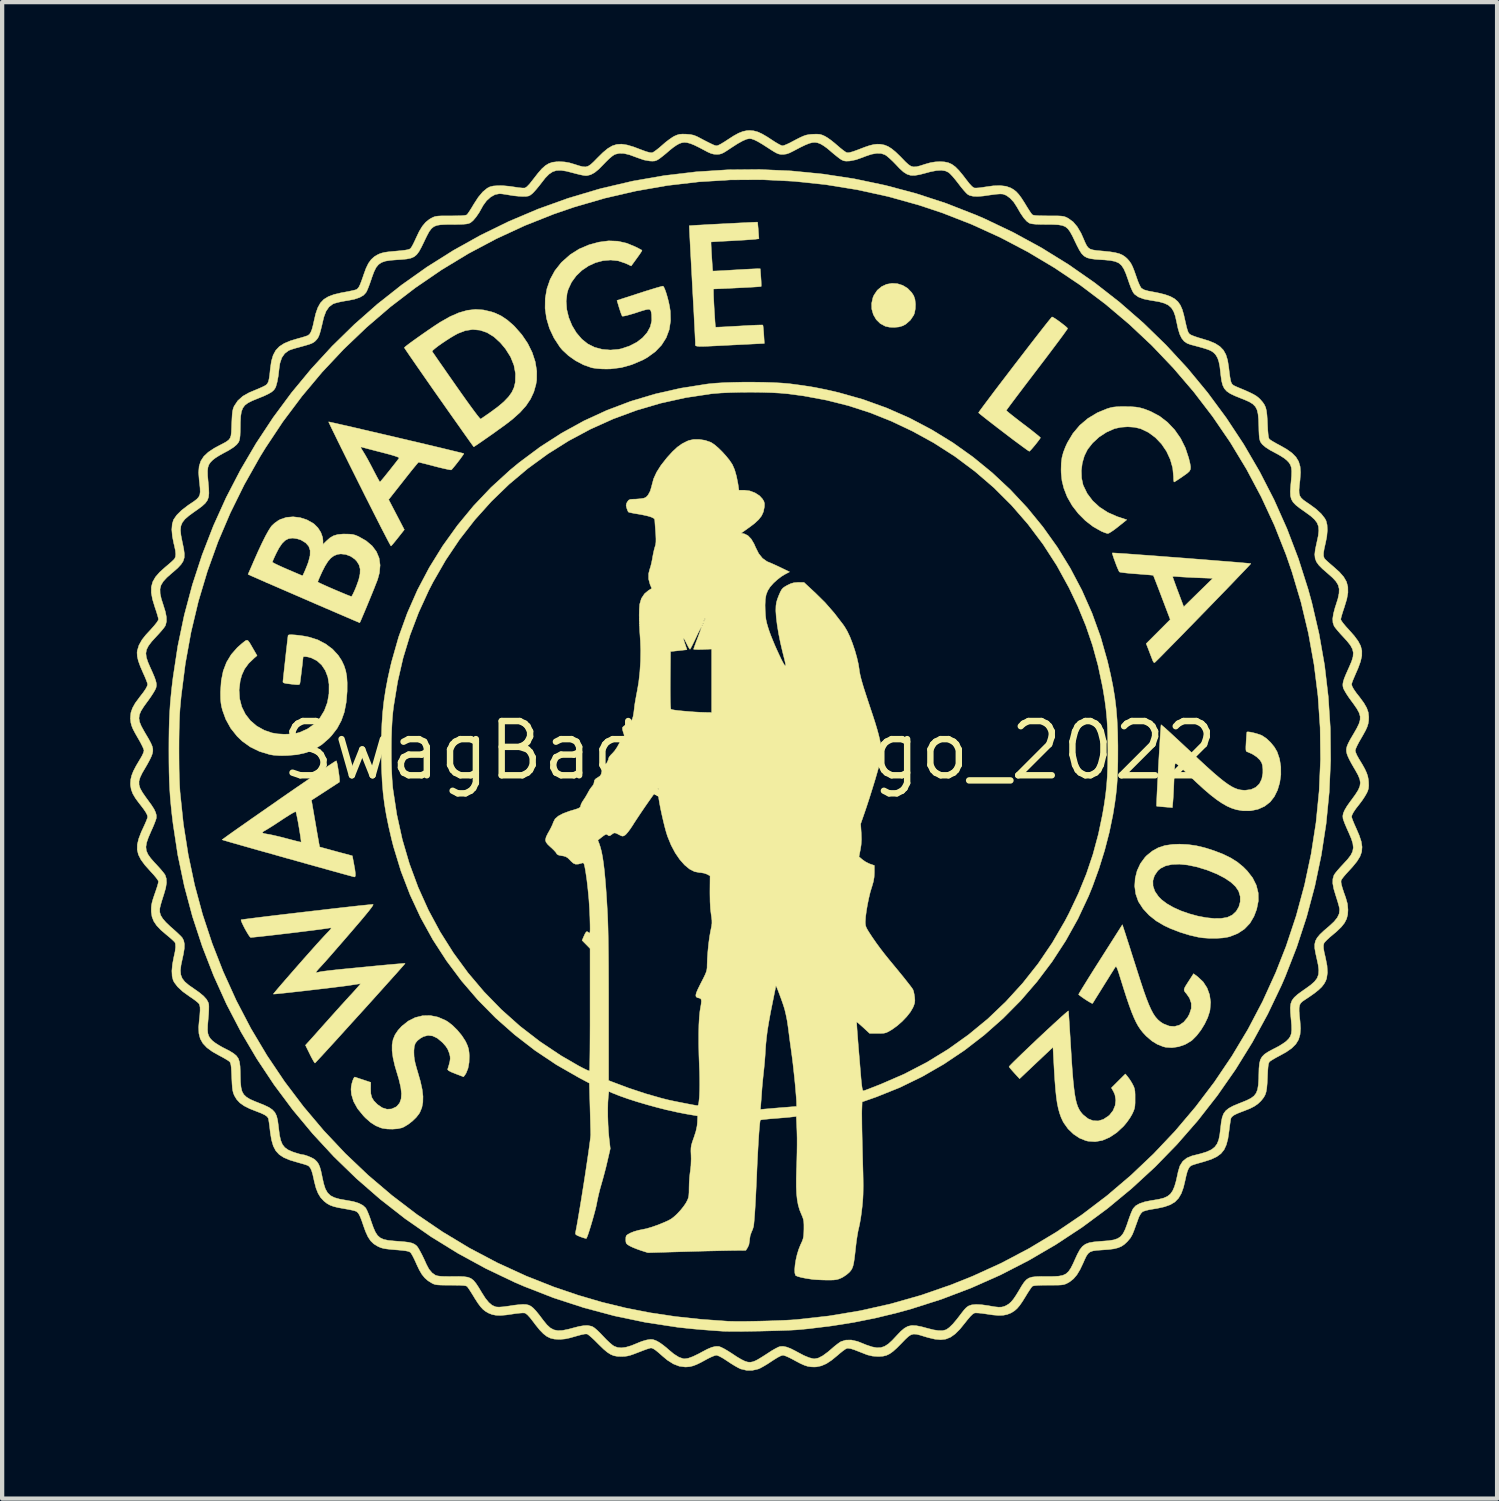
<source format=kicad_pcb>
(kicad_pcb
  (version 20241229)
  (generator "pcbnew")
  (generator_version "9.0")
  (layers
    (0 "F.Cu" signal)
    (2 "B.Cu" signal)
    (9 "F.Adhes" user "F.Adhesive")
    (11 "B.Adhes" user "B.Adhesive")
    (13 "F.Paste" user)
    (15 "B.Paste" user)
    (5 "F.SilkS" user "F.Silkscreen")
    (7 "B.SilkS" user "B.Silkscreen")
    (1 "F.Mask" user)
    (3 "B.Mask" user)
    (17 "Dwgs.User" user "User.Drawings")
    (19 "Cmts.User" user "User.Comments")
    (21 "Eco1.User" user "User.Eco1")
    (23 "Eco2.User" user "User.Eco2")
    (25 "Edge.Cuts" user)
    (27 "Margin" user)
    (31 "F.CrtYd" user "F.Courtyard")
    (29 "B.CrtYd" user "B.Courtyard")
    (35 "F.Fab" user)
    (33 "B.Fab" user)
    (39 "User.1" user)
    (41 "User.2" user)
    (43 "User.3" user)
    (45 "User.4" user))
  (footprint "SwagBadge_Logo_2022"
    (layer "F.Cu")
    (at 14.504 14.525)
    (property "Reference" "SwagBadge_Logo_2022" (at 0 0 0) (layer "F.SilkS") (effects (font (size 1.27 1.27) (thickness 0.15))))
    (attr through_hole)
    (fp_poly (pts (xy -0.93 -2.388) (xy -0.901 -2.385) (xy -0.892 -2.378) (xy -0.885 -2.361) (xy -0.879 -2.331) (xy -0.875 -2.284) (xy -0.873 -2.215) (xy -0.871 -2.121) (xy -0.871 -1.996) (xy -0.871 -1.838) (xy -0.873 -1.642) (xy -0.873 -1.625) (xy -0.878 -0.878) (xy -1.027 -0.876) (xy -1.102 -0.876) (xy -1.207 -0.88) (xy -1.33 -0.887) (xy -1.459 -0.895) (xy -1.505 -0.899) (xy -1.62 -0.908) (xy -1.72 -0.919) (xy -1.799 -0.928) (xy -1.848 -0.936) (xy -1.859 -0.94) (xy -1.867 -0.965) (xy -1.873 -1.026) (xy -1.878 -1.118) (xy -1.882 -1.233) (xy -1.885 -1.365) (xy -1.886 -1.509) (xy -1.886 -1.658) (xy -1.885 -1.806) (xy -1.882 -1.947) (xy -1.879 -2.074) (xy -1.874 -2.182) (xy -1.868 -2.264) (xy -1.861 -2.313) (xy -1.856 -2.325) (xy -1.828 -2.333) (xy -1.764 -2.342) (xy -1.674 -2.351) (xy -1.565 -2.36) (xy -1.444 -2.369) (xy -1.319 -2.376) (xy -1.197 -2.383) (xy -1.087 -2.387) (xy -0.995 -2.389) (xy -0.93 -2.388)) (stroke (width 0.01) (type solid)) (fill yes) (layer "F.Mask"))
    (fp_poly (pts (xy 3.418 -4.809) (xy 3.444 -4.801) (xy 3.497 -4.772) (xy 3.556 -4.719) (xy 3.626 -4.639) (xy 3.709 -4.529) (xy 3.808 -4.384) (xy 3.823 -4.362) (xy 3.883 -4.275) (xy 3.948 -4.188) (xy 4.023 -4.094) (xy 4.114 -3.988) (xy 4.226 -3.863) (xy 4.342 -3.736) (xy 4.411 -3.657) (xy 4.474 -3.574) (xy 4.522 -3.503) (xy 4.535 -3.48) (xy 4.593 -3.327) (xy 4.624 -3.164) (xy 4.629 -2.999) (xy 4.605 -2.846) (xy 4.567 -2.741) (xy 4.522 -2.647) (xy 4.648 -2.532) (xy 4.763 -2.404) (xy 4.856 -2.243) (xy 4.931 -2.049) (xy 4.974 -1.88) (xy 5.015 -1.724) (xy 5.069 -1.593) (xy 5.102 -1.53) (xy 5.166 -1.404) (xy 5.217 -1.268) (xy 5.257 -1.113) (xy 5.289 -0.929) (xy 5.302 -0.826) (xy 5.331 -0.462) (xy 5.328 -0.124) (xy 5.294 0.193) (xy 5.228 0.493) (xy 5.215 0.538) (xy 5.139 0.79) (xy 5.208 0.971) (xy 5.247 1.078) (xy 5.292 1.202) (xy 5.334 1.323) (xy 5.345 1.355) (xy 5.407 1.514) (xy 5.487 1.661) (xy 5.543 1.746) (xy 5.601 1.83) (xy 5.638 1.891) (xy 5.659 1.938) (xy 5.67 1.983) (xy 5.673 2.037) (xy 5.673 2.068) (xy 5.673 2.202) (xy 5.575 2.26) (xy 5.518 2.297) (xy 5.44 2.352) (xy 5.35 2.417) (xy 5.27 2.478) (xy 5.171 2.553) (xy 5.087 2.608) (xy 5.005 2.652) (xy 4.909 2.693) (xy 4.823 2.724) (xy 4.725 2.758) (xy 4.643 2.783) (xy 4.565 2.801) (xy 4.48 2.814) (xy 4.376 2.825) (xy 4.255 2.834) (xy 3.98 2.85) (xy 3.737 2.856) (xy 3.528 2.851) (xy 3.356 2.837) (xy 3.239 2.816) (xy 3.08 2.773) (xy 2.932 2.724) (xy 2.801 2.671) (xy 2.695 2.618) (xy 2.622 2.568) (xy 2.612 2.559) (xy 2.539 2.486) (xy 2.573 2.306) (xy 2.593 2.174) (xy 2.598 2.043) (xy 2.593 1.916) (xy 2.588 1.814) (xy 2.588 1.74) (xy 2.595 1.679) (xy 2.612 1.617) (xy 2.636 1.546) (xy 2.68 1.42) (xy 2.732 1.265) (xy 2.788 1.09) (xy 2.846 0.906) (xy 2.902 0.725) (xy 2.952 0.556) (xy 2.994 0.41) (xy 3.013 0.339) (xy 3.083 0.074) (xy 3.046 -0.159) (xy 3.03 -0.245) (xy 3.007 -0.344) (xy 2.976 -0.459) (xy 2.935 -0.596) (xy 2.882 -0.761) (xy 2.816 -0.958) (xy 2.789 -1.037) (xy 2.725 -1.225) (xy 2.674 -1.379) (xy 2.634 -1.505) (xy 2.603 -1.608) (xy 2.58 -1.695) (xy 2.563 -1.771) (xy 2.551 -1.842) (xy 2.541 -1.913) (xy 2.541 -1.915) (xy 2.524 -2.032) (xy 2.5 -2.145) (xy 2.467 -2.266) (xy 2.42 -2.408) (xy 2.402 -2.457) (xy 2.356 -2.585) (xy 2.316 -2.683) (xy 2.278 -2.763) (xy 2.235 -2.837) (xy 2.182 -2.915) (xy 2.137 -2.977) (xy 2.034 -3.115) (xy 1.947 -3.227) (xy 1.871 -3.321) (xy 1.796 -3.405) (xy 1.716 -3.488) (xy 1.624 -3.578) (xy 1.529 -3.667) (xy 1.262 -3.916) (xy 1.15 -3.916) (xy 1.059 -3.907) (xy 0.965 -3.878) (xy 0.904 -3.85) (xy 0.839 -3.816) (xy 0.795 -3.787) (xy 0.764 -3.751) (xy 0.736 -3.697) (xy 0.703 -3.617) (xy 0.666 -3.52) (xy 0.646 -3.439) (xy 0.637 -3.355) (xy 0.635 -3.278) (xy 0.642 -3.132) (xy 0.663 -2.955) (xy 0.696 -2.756) (xy 0.739 -2.541) (xy 0.792 -2.321) (xy 0.795 -2.31) (xy 0.829 -2.171) (xy 0.849 -2.068) (xy 0.854 -1.999) (xy 0.846 -1.96) (xy 0.824 -1.947) (xy 0.806 -1.966) (xy 0.776 -2.017) (xy 0.735 -2.096) (xy 0.687 -2.194) (xy 0.635 -2.306) (xy 0.582 -2.426) (xy 0.531 -2.548) (xy 0.484 -2.664) (xy 0.451 -2.752) (xy 0.412 -2.864) (xy 0.384 -2.95) (xy 0.367 -3.025) (xy 0.356 -3.103) (xy 0.35 -3.196) (xy 0.345 -3.291) (xy 0.342 -3.411) (xy 0.342 -3.498) (xy 0.347 -3.565) (xy 0.357 -3.621) (xy 0.374 -3.677) (xy 0.379 -3.692) (xy 0.441 -3.815) (xy 0.536 -3.936) (xy 0.653 -4.043) (xy 0.772 -4.121) (xy 0.844 -4.157) (xy 0.905 -4.177) (xy 0.973 -4.187) (xy 1.065 -4.19) (xy 1.071 -4.19) (xy 1.242 -4.191) (xy 1.343 -4.316) (xy 1.464 -4.445) (xy 1.6 -4.544) (xy 1.754 -4.616) (xy 1.93 -4.661) (xy 2.133 -4.68) (xy 2.366 -4.675) (xy 2.48 -4.665) (xy 2.663 -4.65) (xy 2.813 -4.645) (xy 2.937 -4.652) (xy 3.042 -4.671) (xy 3.137 -4.703) (xy 3.222 -4.746) (xy 3.296 -4.787) (xy 3.346 -4.809) (xy 3.383 -4.815) (xy 3.418 -4.809)) (stroke (width 0.01) (type solid)) (fill yes) (layer "F.Mask"))
    (fp_poly (pts (xy 3.461 -10.932) (xy 3.585 -10.893) (xy 3.699 -10.824) (xy 3.795 -10.724) (xy 3.844 -10.647) (xy 3.872 -10.563) (xy 3.884 -10.456) (xy 3.88 -10.344) (xy 3.861 -10.242) (xy 3.843 -10.196) (xy 3.766 -10.08) (xy 3.661 -9.987) (xy 3.588 -9.946) (xy 3.497 -9.919) (xy 3.386 -9.909) (xy 3.272 -9.914) (xy 3.178 -9.935) (xy 3.059 -9.999) (xy 2.965 -10.092) (xy 2.898 -10.207) (xy 2.861 -10.336) (xy 2.858 -10.473) (xy 2.889 -10.61) (xy 2.913 -10.664) (xy 2.991 -10.78) (xy 3.092 -10.864) (xy 3.208 -10.918) (xy 3.333 -10.94) (xy 3.461 -10.932)) (stroke (width 0.01) (type solid)) (fill yes) (layer "F.SilkS"))
    (fp_poly (pts (xy 7.106 -10.144) (xy 7.154 -10.115) (xy 7.217 -10.072) (xy 7.286 -10.021) (xy 7.352 -9.97) (xy 7.407 -9.926) (xy 7.441 -9.893) (xy 7.447 -9.884) (xy 7.436 -9.864) (xy 7.401 -9.814) (xy 7.345 -9.736) (xy 7.27 -9.634) (xy 7.178 -9.511) (xy 7.072 -9.37) (xy 6.954 -9.213) (xy 6.826 -9.045) (xy 6.732 -8.922) (xy 6.599 -8.747) (xy 6.473 -8.582) (xy 6.358 -8.43) (xy 6.255 -8.294) (xy 6.168 -8.178) (xy 6.097 -8.083) (xy 6.046 -8.014) (xy 6.017 -7.973) (xy 6.011 -7.963) (xy 6.028 -7.947) (xy 6.073 -7.908) (xy 6.143 -7.852) (xy 6.233 -7.781) (xy 6.338 -7.7) (xy 6.414 -7.642) (xy 6.526 -7.557) (xy 6.626 -7.479) (xy 6.709 -7.413) (xy 6.77 -7.363) (xy 6.805 -7.332) (xy 6.811 -7.324) (xy 6.791 -7.292) (xy 6.753 -7.241) (xy 6.705 -7.179) (xy 6.653 -7.116) (xy 6.605 -7.06) (xy 6.568 -7.021) (xy 6.551 -7.007) (xy 6.529 -7.019) (xy 6.478 -7.054) (xy 6.402 -7.109) (xy 6.304 -7.181) (xy 6.188 -7.267) (xy 6.059 -7.365) (xy 5.948 -7.45) (xy 5.811 -7.554) (xy 5.686 -7.651) (xy 5.575 -7.737) (xy 5.484 -7.809) (xy 5.415 -7.864) (xy 5.373 -7.899) (xy 5.362 -7.91) (xy 5.373 -7.929) (xy 5.408 -7.979) (xy 5.464 -8.055) (xy 5.538 -8.154) (xy 5.628 -8.274) (xy 5.73 -8.41) (xy 5.843 -8.559) (xy 5.964 -8.717) (xy 6.09 -8.882) (xy 6.219 -9.051) (xy 6.348 -9.218) (xy 6.474 -9.382) (xy 6.595 -9.539) (xy 6.709 -9.686) (xy 6.812 -9.818) (xy 6.902 -9.933) (xy 6.977 -10.028) (xy 7.034 -10.098) (xy 7.07 -10.141) (xy 7.082 -10.154) (xy 7.106 -10.144)) (stroke (width 0.01) (type solid)) (fill yes) (layer "F.SilkS"))
    (fp_poly (pts (xy 10.263 2.202) (xy 10.457 2.229) (xy 10.659 2.277) (xy 10.867 2.343) (xy 11.084 2.426) (xy 11.266 2.515) (xy 11.422 2.613) (xy 11.561 2.727) (xy 11.651 2.818) (xy 11.779 2.982) (xy 11.865 3.154) (xy 11.91 3.334) (xy 11.913 3.522) (xy 11.874 3.718) (xy 11.811 3.884) (xy 11.716 4.046) (xy 11.589 4.179) (xy 11.433 4.283) (xy 11.25 4.356) (xy 11.195 4.37) (xy 11.074 4.389) (xy 10.927 4.398) (xy 10.768 4.398) (xy 10.613 4.387) (xy 10.507 4.371) (xy 10.298 4.323) (xy 10.076 4.254) (xy 9.858 4.17) (xy 9.714 4.103) (xy 9.522 3.99) (xy 9.354 3.856) (xy 9.215 3.706) (xy 9.111 3.547) (xy 9.101 3.528) (xy 9.042 3.359) (xy 9.018 3.179) (xy 9.026 3.049) (xy 9.444 3.049) (xy 9.447 3.173) (xy 9.49 3.297) (xy 9.573 3.418) (xy 9.641 3.489) (xy 9.769 3.586) (xy 9.926 3.676) (xy 10.105 3.756) (xy 10.297 3.823) (xy 10.495 3.877) (xy 10.691 3.914) (xy 10.877 3.933) (xy 11.044 3.931) (xy 11.186 3.907) (xy 11.189 3.906) (xy 11.303 3.852) (xy 11.393 3.768) (xy 11.456 3.663) (xy 11.489 3.543) (xy 11.489 3.418) (xy 11.452 3.293) (xy 11.449 3.288) (xy 11.378 3.184) (xy 11.268 3.082) (xy 11.121 2.984) (xy 10.941 2.891) (xy 10.73 2.806) (xy 10.707 2.797) (xy 10.474 2.726) (xy 10.258 2.681) (xy 10.063 2.661) (xy 9.89 2.668) (xy 9.742 2.701) (xy 9.624 2.759) (xy 9.559 2.815) (xy 9.481 2.929) (xy 9.444 3.049) (xy 9.026 3.049) (xy 9.029 2.995) (xy 9.074 2.816) (xy 9.151 2.649) (xy 9.258 2.503) (xy 9.298 2.461) (xy 9.43 2.354) (xy 9.57 2.276) (xy 9.725 2.225) (xy 9.904 2.199) (xy 10.065 2.193) (xy 10.263 2.202)) (stroke (width 0.01) (type solid)) (fill yes) (layer "F.SilkS"))
    (fp_poly (pts (xy 8.933 -8.051) (xy 9.044 -8.043) (xy 9.139 -8.027) (xy 9.235 -8) (xy 9.344 -7.959) (xy 9.399 -7.936) (xy 9.602 -7.828) (xy 9.787 -7.685) (xy 9.952 -7.511) (xy 10.092 -7.311) (xy 10.203 -7.089) (xy 10.282 -6.851) (xy 10.287 -6.831) (xy 10.313 -6.722) (xy 10.326 -6.644) (xy 10.323 -6.587) (xy 10.3 -6.542) (xy 10.254 -6.498) (xy 10.181 -6.445) (xy 10.141 -6.417) (xy 10.063 -6.364) (xy 9.998 -6.321) (xy 9.954 -6.294) (xy 9.94 -6.287) (xy 9.933 -6.306) (xy 9.928 -6.356) (xy 9.927 -6.41) (xy 9.908 -6.616) (xy 9.851 -6.816) (xy 9.763 -7.006) (xy 9.646 -7.178) (xy 9.504 -7.327) (xy 9.341 -7.448) (xy 9.162 -7.534) (xy 9.154 -7.537) (xy 9.014 -7.57) (xy 8.855 -7.581) (xy 8.693 -7.57) (xy 8.545 -7.537) (xy 8.54 -7.535) (xy 8.357 -7.454) (xy 8.184 -7.341) (xy 8.032 -7.201) (xy 7.912 -7.048) (xy 7.839 -6.9) (xy 7.79 -6.731) (xy 7.768 -6.554) (xy 7.774 -6.38) (xy 7.808 -6.222) (xy 7.813 -6.208) (xy 7.905 -6.018) (xy 8.033 -5.848) (xy 8.194 -5.7) (xy 8.385 -5.576) (xy 8.602 -5.48) (xy 8.628 -5.471) (xy 8.832 -5.403) (xy 8.631 -5.242) (xy 8.55 -5.179) (xy 8.477 -5.128) (xy 8.422 -5.094) (xy 8.39 -5.081) (xy 8.39 -5.081) (xy 8.35 -5.09) (xy 8.287 -5.113) (xy 8.237 -5.134) (xy 8.047 -5.241) (xy 7.865 -5.381) (xy 7.698 -5.548) (xy 7.555 -5.733) (xy 7.443 -5.928) (xy 7.431 -5.954) (xy 7.359 -6.14) (xy 7.315 -6.316) (xy 7.296 -6.501) (xy 7.294 -6.572) (xy 7.298 -6.726) (xy 7.314 -6.858) (xy 7.347 -6.983) (xy 7.399 -7.117) (xy 7.443 -7.211) (xy 7.571 -7.425) (xy 7.731 -7.615) (xy 7.922 -7.777) (xy 8.141 -7.909) (xy 8.373 -8.005) (xy 8.444 -8.026) (xy 8.512 -8.041) (xy 8.588 -8.049) (xy 8.685 -8.053) (xy 8.795 -8.053) (xy 8.933 -8.051)) (stroke (width 0.01) (type solid)) (fill yes) (layer "F.SilkS"))
    (fp_poly (pts (xy 7.469 6.125) (xy 7.473 6.19) (xy 7.48 6.287) (xy 7.488 6.414) (xy 7.497 6.564) (xy 7.508 6.733) (xy 7.519 6.918) (xy 7.525 7.012) (xy 7.542 7.288) (xy 7.559 7.526) (xy 7.576 7.728) (xy 7.594 7.899) (xy 7.612 8.041) (xy 7.633 8.16) (xy 7.657 8.258) (xy 7.684 8.338) (xy 7.716 8.405) (xy 7.752 8.462) (xy 7.793 8.512) (xy 7.815 8.534) (xy 7.927 8.623) (xy 8.044 8.669) (xy 8.164 8.674) (xy 8.285 8.637) (xy 8.404 8.558) (xy 8.432 8.533) (xy 8.511 8.432) (xy 8.56 8.313) (xy 8.575 8.187) (xy 8.555 8.063) (xy 8.522 7.987) (xy 8.472 7.9) (xy 8.635 7.737) (xy 8.799 7.574) (xy 8.856 7.643) (xy 8.9 7.702) (xy 8.947 7.777) (xy 8.97 7.819) (xy 8.997 7.873) (xy 9.013 7.922) (xy 9.023 7.979) (xy 9.027 8.056) (xy 9.027 8.149) (xy 9.027 8.252) (xy 9.022 8.326) (xy 9.012 8.383) (xy 8.993 8.438) (xy 8.963 8.503) (xy 8.957 8.516) (xy 8.905 8.605) (xy 8.836 8.703) (xy 8.764 8.79) (xy 8.76 8.795) (xy 8.597 8.947) (xy 8.43 9.058) (xy 8.262 9.13) (xy 8.092 9.16) (xy 7.923 9.148) (xy 7.873 9.136) (xy 7.725 9.076) (xy 7.584 8.982) (xy 7.458 8.861) (xy 7.358 8.721) (xy 7.336 8.682) (xy 7.294 8.591) (xy 7.259 8.493) (xy 7.229 8.384) (xy 7.203 8.258) (xy 7.182 8.11) (xy 7.164 7.936) (xy 7.148 7.73) (xy 7.133 7.488) (xy 7.13 7.437) (xy 7.104 6.947) (xy 6.713 7.316) (xy 6.322 7.686) (xy 6.199 7.552) (xy 6.144 7.49) (xy 6.101 7.44) (xy 6.078 7.41) (xy 6.076 7.405) (xy 6.09 7.386) (xy 6.131 7.343) (xy 6.196 7.278) (xy 6.28 7.196) (xy 6.38 7.099) (xy 6.492 6.992) (xy 6.612 6.878) (xy 6.737 6.759) (xy 6.863 6.641) (xy 6.986 6.526) (xy 7.103 6.418) (xy 7.21 6.32) (xy 7.303 6.235) (xy 7.379 6.168) (xy 7.433 6.122) (xy 7.462 6.099) (xy 7.466 6.098) (xy 7.469 6.125)) (stroke (width 0.01) (type solid)) (fill yes) (layer "F.SilkS"))
    (fp_poly (pts (xy 8.515 -4.627) (xy 8.575 -4.623) (xy 8.67 -4.617) (xy 8.795 -4.609) (xy 8.946 -4.598) (xy 9.119 -4.585) (xy 9.312 -4.571) (xy 9.518 -4.556) (xy 9.736 -4.539) (xy 9.96 -4.522) (xy 10.186 -4.505) (xy 10.412 -4.487) (xy 10.632 -4.47) (xy 10.843 -4.453) (xy 11.042 -4.437) (xy 11.223 -4.423) (xy 11.383 -4.41) (xy 11.518 -4.398) (xy 11.624 -4.389) (xy 11.698 -4.382) (xy 11.735 -4.378) (xy 11.738 -4.377) (xy 11.725 -4.361) (xy 11.685 -4.318) (xy 11.621 -4.25) (xy 11.535 -4.16) (xy 11.431 -4.052) (xy 11.312 -3.927) (xy 11.179 -3.789) (xy 11.035 -3.641) (xy 10.884 -3.485) (xy 10.729 -3.325) (xy 10.571 -3.163) (xy 10.414 -3.001) (xy 10.26 -2.844) (xy 10.113 -2.692) (xy 9.974 -2.551) (xy 9.847 -2.422) (xy 9.735 -2.308) (xy 9.64 -2.211) (xy 9.565 -2.136) (xy 9.512 -2.084) (xy 9.486 -2.059) (xy 9.483 -2.057) (xy 9.46 -2.068) (xy 9.443 -2.099) (xy 9.427 -2.141) (xy 9.4 -2.21) (xy 9.368 -2.293) (xy 9.356 -2.326) (xy 9.287 -2.503) (xy 9.569 -2.785) (xy 9.85 -3.067) (xy 9.655 -3.58) (xy 9.603 -3.718) (xy 9.555 -3.843) (xy 9.514 -3.949) (xy 9.482 -4.031) (xy 9.466 -4.071) (xy 9.906 -4.071) (xy 9.913 -4.047) (xy 9.933 -3.991) (xy 9.963 -3.908) (xy 10 -3.806) (xy 10.036 -3.711) (xy 10.166 -3.365) (xy 10.507 -3.699) (xy 10.848 -4.032) (xy 10.488 -4.046) (xy 10.359 -4.052) (xy 10.237 -4.058) (xy 10.13 -4.064) (xy 10.05 -4.07) (xy 10.017 -4.073) (xy 9.955 -4.077) (xy 9.915 -4.076) (xy 9.906 -4.071) (xy 9.466 -4.071) (xy 9.461 -4.083) (xy 9.453 -4.101) (xy 9.431 -4.105) (xy 9.373 -4.111) (xy 9.286 -4.118) (xy 9.177 -4.127) (xy 9.061 -4.136) (xy 8.937 -4.145) (xy 8.828 -4.156) (xy 8.741 -4.166) (xy 8.682 -4.175) (xy 8.659 -4.182) (xy 8.643 -4.211) (xy 8.618 -4.267) (xy 8.588 -4.341) (xy 8.558 -4.422) (xy 8.529 -4.501) (xy 8.507 -4.568) (xy 8.494 -4.613) (xy 8.493 -4.627) (xy 8.515 -4.627)) (stroke (width 0.01) (type solid)) (fill yes) (layer "F.SilkS"))
    (fp_poly (pts (xy 8.798 4.288) (xy 8.821 4.361) (xy 8.855 4.466) (xy 8.898 4.599) (xy 8.946 4.752) (xy 8.999 4.918) (xy 9.054 5.09) (xy 9.081 5.175) (xy 9.16 5.421) (xy 9.229 5.629) (xy 9.291 5.803) (xy 9.348 5.948) (xy 9.401 6.066) (xy 9.452 6.162) (xy 9.503 6.238) (xy 9.556 6.299) (xy 9.613 6.349) (xy 9.674 6.39) (xy 9.697 6.402) (xy 9.826 6.453) (xy 9.949 6.462) (xy 10.063 6.431) (xy 10.166 6.361) (xy 10.255 6.253) (xy 10.3 6.17) (xy 10.343 6.04) (xy 10.343 5.917) (xy 10.302 5.798) (xy 10.233 5.698) (xy 10.2 5.66) (xy 10.18 5.629) (xy 10.175 5.6) (xy 10.185 5.562) (xy 10.214 5.509) (xy 10.262 5.433) (xy 10.301 5.373) (xy 10.396 5.226) (xy 10.495 5.3) (xy 10.62 5.417) (xy 10.712 5.559) (xy 10.771 5.719) (xy 10.795 5.893) (xy 10.781 6.075) (xy 10.772 6.117) (xy 10.727 6.255) (xy 10.657 6.402) (xy 10.569 6.546) (xy 10.47 6.675) (xy 10.368 6.778) (xy 10.335 6.804) (xy 10.198 6.884) (xy 10.046 6.936) (xy 9.891 6.959) (xy 9.743 6.949) (xy 9.684 6.934) (xy 9.546 6.879) (xy 9.422 6.803) (xy 9.298 6.697) (xy 9.267 6.666) (xy 9.208 6.602) (xy 9.153 6.532) (xy 9.101 6.455) (xy 9.051 6.364) (xy 9.001 6.257) (xy 8.948 6.129) (xy 8.892 5.977) (xy 8.83 5.796) (xy 8.761 5.582) (xy 8.683 5.332) (xy 8.678 5.316) (xy 8.643 5.204) (xy 8.617 5.128) (xy 8.598 5.082) (xy 8.584 5.062) (xy 8.572 5.063) (xy 8.563 5.072) (xy 8.544 5.101) (xy 8.507 5.161) (xy 8.454 5.244) (xy 8.391 5.346) (xy 8.319 5.461) (xy 8.286 5.514) (xy 8.214 5.63) (xy 8.149 5.734) (xy 8.095 5.82) (xy 8.056 5.884) (xy 8.034 5.918) (xy 8.03 5.924) (xy 8.01 5.918) (xy 7.966 5.894) (xy 7.906 5.858) (xy 7.84 5.815) (xy 7.779 5.773) (xy 7.731 5.737) (xy 7.706 5.715) (xy 7.705 5.711) (xy 7.716 5.69) (xy 7.747 5.636) (xy 7.797 5.554) (xy 7.863 5.448) (xy 7.942 5.32) (xy 8.033 5.175) (xy 8.133 5.017) (xy 8.217 4.885) (xy 8.729 4.079) (xy 8.798 4.288)) (stroke (width 0.01) (type solid)) (fill yes) (layer "F.SilkS"))
    (fp_poly (pts (xy -3.087 -11.927) (xy -2.879 -11.88) (xy -2.681 -11.798) (xy -2.609 -11.762) (xy -2.554 -11.733) (xy -2.524 -11.717) (xy -2.522 -11.715) (xy -2.523 -11.703) (xy -2.54 -11.673) (xy -2.574 -11.622) (xy -2.629 -11.545) (xy -2.692 -11.458) (xy -2.773 -11.347) (xy -2.905 -11.409) (xy -3.076 -11.467) (xy -3.253 -11.486) (xy -3.433 -11.471) (xy -3.609 -11.424) (xy -3.776 -11.347) (xy -3.929 -11.243) (xy -4.062 -11.115) (xy -4.17 -10.967) (xy -4.248 -10.799) (xy -4.274 -10.708) (xy -4.296 -10.523) (xy -4.282 -10.33) (xy -4.235 -10.137) (xy -4.159 -9.952) (xy -4.056 -9.781) (xy -3.93 -9.634) (xy -3.789 -9.521) (xy -3.63 -9.442) (xy -3.45 -9.394) (xy -3.259 -9.378) (xy -3.068 -9.395) (xy -2.998 -9.41) (xy -2.807 -9.475) (xy -2.641 -9.561) (xy -2.504 -9.667) (xy -2.398 -9.788) (xy -2.326 -9.922) (xy -2.291 -10.065) (xy -2.295 -10.207) (xy -2.304 -10.264) (xy -2.315 -10.303) (xy -2.335 -10.326) (xy -2.37 -10.333) (xy -2.425 -10.324) (xy -2.507 -10.301) (xy -2.622 -10.264) (xy -2.654 -10.253) (xy -2.776 -10.216) (xy -2.874 -10.188) (xy -2.944 -10.173) (xy -2.98 -10.171) (xy -2.983 -10.172) (xy -2.997 -10.2) (xy -3.019 -10.258) (xy -3.044 -10.336) (xy -3.054 -10.366) (xy -3.106 -10.54) (xy -2.578 -10.711) (xy -2.436 -10.757) (xy -2.306 -10.797) (xy -2.195 -10.831) (xy -2.107 -10.856) (xy -2.05 -10.871) (xy -2.027 -10.875) (xy -2.007 -10.849) (xy -1.981 -10.791) (xy -1.952 -10.708) (xy -1.923 -10.609) (xy -1.896 -10.503) (xy -1.874 -10.397) (xy -1.859 -10.3) (xy -1.857 -10.287) (xy -1.851 -10.063) (xy -1.883 -9.855) (xy -1.954 -9.665) (xy -2.063 -9.493) (xy -2.209 -9.34) (xy -2.392 -9.207) (xy -2.507 -9.143) (xy -2.759 -9.036) (xy -3.006 -8.967) (xy -3.258 -8.936) (xy -3.363 -8.934) (xy -3.471 -8.937) (xy -3.578 -8.946) (xy -3.668 -8.958) (xy -3.704 -8.966) (xy -3.889 -9.031) (xy -4.072 -9.127) (xy -4.24 -9.245) (xy -4.384 -9.379) (xy -4.44 -9.445) (xy -4.581 -9.66) (xy -4.687 -9.886) (xy -4.756 -10.119) (xy -4.789 -10.354) (xy -4.786 -10.587) (xy -4.746 -10.815) (xy -4.671 -11.032) (xy -4.56 -11.236) (xy -4.414 -11.421) (xy -4.392 -11.443) (xy -4.201 -11.612) (xy -3.992 -11.744) (xy -3.762 -11.842) (xy -3.53 -11.905) (xy -3.302 -11.935) (xy -3.087 -11.927)) (stroke (width 0.01) (type solid)) (fill yes) (layer "F.SilkS"))
    (fp_poly (pts (xy -7.297 6.243) (xy -7.12 6.32) (xy -7.067 6.352) (xy -6.957 6.437) (xy -6.845 6.548) (xy -6.742 6.672) (xy -6.661 6.796) (xy -6.643 6.83) (xy -6.604 6.916) (xy -6.581 6.992) (xy -6.569 7.077) (xy -6.565 7.148) (xy -6.569 7.303) (xy -6.594 7.441) (xy -6.638 7.553) (xy -6.663 7.593) (xy -6.699 7.641) (xy -6.89 7.568) (xy -6.991 7.527) (xy -7.052 7.494) (xy -7.072 7.47) (xy -7.072 7.468) (xy -7.039 7.359) (xy -7.019 7.279) (xy -7.011 7.217) (xy -7.014 7.163) (xy -7.027 7.106) (xy -7.036 7.078) (xy -7.068 6.997) (xy -7.115 6.924) (xy -7.185 6.845) (xy -7.195 6.835) (xy -7.31 6.738) (xy -7.422 6.684) (xy -7.531 6.671) (xy -7.639 6.699) (xy -7.706 6.737) (xy -7.78 6.795) (xy -7.827 6.854) (xy -7.852 6.927) (xy -7.861 7.025) (xy -7.861 7.077) (xy -7.858 7.163) (xy -7.847 7.246) (xy -7.827 7.338) (xy -7.796 7.45) (xy -7.772 7.53) (xy -7.709 7.749) (xy -7.668 7.937) (xy -7.649 8.098) (xy -7.652 8.238) (xy -7.675 8.36) (xy -7.72 8.47) (xy -7.743 8.509) (xy -7.808 8.592) (xy -7.898 8.679) (xy -7.999 8.757) (xy -8.098 8.816) (xy -8.145 8.836) (xy -8.242 8.857) (xy -8.361 8.866) (xy -8.485 8.863) (xy -8.595 8.847) (xy -8.63 8.838) (xy -8.754 8.787) (xy -8.872 8.712) (xy -8.993 8.606) (xy -9.044 8.553) (xy -9.18 8.387) (xy -9.273 8.22) (xy -9.324 8.053) (xy -9.334 7.936) (xy -9.329 7.87) (xy -9.314 7.796) (xy -9.294 7.728) (xy -9.272 7.675) (xy -9.251 7.648) (xy -9.243 7.647) (xy -9.213 7.657) (xy -9.153 7.678) (xy -9.075 7.703) (xy -9.045 7.713) (xy -8.872 7.771) (xy -8.874 7.923) (xy -8.87 8.037) (xy -8.847 8.125) (xy -8.801 8.201) (xy -8.724 8.28) (xy -8.708 8.294) (xy -8.602 8.366) (xy -8.492 8.4) (xy -8.384 8.394) (xy -8.284 8.348) (xy -8.257 8.328) (xy -8.196 8.255) (xy -8.161 8.158) (xy -8.152 8.035) (xy -8.169 7.885) (xy -8.212 7.704) (xy -8.241 7.605) (xy -8.307 7.384) (xy -8.35 7.195) (xy -8.372 7.032) (xy -8.372 6.891) (xy -8.349 6.768) (xy -8.303 6.656) (xy -8.233 6.552) (xy -8.147 6.457) (xy -7.995 6.336) (xy -7.831 6.253) (xy -7.657 6.21) (xy -7.478 6.206) (xy -7.297 6.243)) (stroke (width 0.01) (type solid)) (fill yes) (layer "F.SilkS"))
    (fp_poly (pts (xy 9.652 -0.592) (xy 9.697 -0.554) (xy 9.766 -0.493) (xy 9.856 -0.411) (xy 9.964 -0.311) (xy 10.087 -0.197) (xy 10.222 -0.071) (xy 10.321 0.021) (xy 10.524 0.212) (xy 10.7 0.374) (xy 10.852 0.511) (xy 10.984 0.624) (xy 11.097 0.715) (xy 11.196 0.787) (xy 11.282 0.842) (xy 11.36 0.881) (xy 11.431 0.908) (xy 11.499 0.923) (xy 11.568 0.93) (xy 11.605 0.931) (xy 11.742 0.913) (xy 11.853 0.862) (xy 11.938 0.78) (xy 11.993 0.669) (xy 12.019 0.531) (xy 12.019 0.433) (xy 12.009 0.347) (xy 11.991 0.286) (xy 11.956 0.231) (xy 11.946 0.218) (xy 11.873 0.148) (xy 11.775 0.084) (xy 11.67 0.037) (xy 11.654 0.032) (xy 11.637 0.024) (xy 11.626 0.006) (xy 11.621 -0.029) (xy 11.621 -0.088) (xy 11.626 -0.18) (xy 11.627 -0.204) (xy 11.633 -0.296) (xy 11.638 -0.372) (xy 11.643 -0.42) (xy 11.646 -0.434) (xy 11.674 -0.437) (xy 11.73 -0.43) (xy 11.803 -0.414) (xy 11.881 -0.393) (xy 11.952 -0.37) (xy 11.998 -0.351) (xy 12.099 -0.284) (xy 12.2 -0.189) (xy 12.289 -0.08) (xy 12.353 0.03) (xy 12.41 0.198) (xy 12.439 0.38) (xy 12.44 0.568) (xy 12.414 0.753) (xy 12.363 0.926) (xy 12.287 1.08) (xy 12.19 1.205) (xy 12.06 1.306) (xy 11.906 1.375) (xy 11.735 1.411) (xy 11.554 1.412) (xy 11.401 1.386) (xy 11.293 1.352) (xy 11.181 1.303) (xy 11.064 1.236) (xy 10.937 1.15) (xy 10.796 1.041) (xy 10.638 0.906) (xy 10.461 0.744) (xy 10.275 0.567) (xy 10.172 0.467) (xy 10.094 0.394) (xy 10.039 0.344) (xy 10.001 0.315) (xy 9.979 0.304) (xy 9.966 0.308) (xy 9.961 0.321) (xy 9.957 0.359) (xy 9.951 0.43) (xy 9.946 0.527) (xy 9.941 0.64) (xy 9.938 0.709) (xy 9.933 0.838) (xy 9.927 0.965) (xy 9.921 1.078) (xy 9.915 1.166) (xy 9.913 1.192) (xy 9.9 1.337) (xy 9.718 1.322) (xy 9.635 1.315) (xy 9.571 1.308) (xy 9.534 1.304) (xy 9.53 1.302) (xy 9.529 1.281) (xy 9.531 1.222) (xy 9.535 1.131) (xy 9.54 1.013) (xy 9.547 0.874) (xy 9.555 0.719) (xy 9.564 0.552) (xy 9.573 0.379) (xy 9.583 0.206) (xy 9.593 0.036) (xy 9.602 -0.124) (xy 9.611 -0.269) (xy 9.619 -0.395) (xy 9.626 -0.495) (xy 9.631 -0.566) (xy 9.635 -0.601) (xy 9.635 -0.604) (xy 9.652 -0.592)) (stroke (width 0.01) (type solid)) (fill yes) (layer "F.SilkS"))
    (fp_poly (pts (xy -9.837 -7.693) (xy -9.778 -7.68) (xy -9.686 -7.66) (xy -9.565 -7.632) (xy -9.417 -7.599) (xy -9.248 -7.56) (xy -9.061 -7.516) (xy -8.859 -7.469) (xy -8.647 -7.42) (xy -8.428 -7.369) (xy -8.207 -7.317) (xy -7.987 -7.265) (xy -7.772 -7.215) (xy -7.566 -7.166) (xy -7.373 -7.12) (xy -7.196 -7.078) (xy -7.04 -7.04) (xy -6.908 -7.008) (xy -6.804 -6.983) (xy -6.732 -6.965) (xy -6.696 -6.955) (xy -6.693 -6.954) (xy -6.701 -6.935) (xy -6.731 -6.892) (xy -6.774 -6.832) (xy -6.826 -6.764) (xy -6.879 -6.696) (xy -6.928 -6.636) (xy -6.966 -6.591) (xy -6.986 -6.572) (xy -7.012 -6.573) (xy -7.072 -6.584) (xy -7.158 -6.603) (xy -7.265 -6.628) (xy -7.374 -6.656) (xy -7.492 -6.687) (xy -7.596 -6.714) (xy -7.679 -6.734) (xy -7.733 -6.748) (xy -7.753 -6.752) (xy -7.768 -6.736) (xy -7.806 -6.691) (xy -7.863 -6.622) (xy -7.936 -6.532) (xy -8.02 -6.426) (xy -8.108 -6.314) (xy -8.453 -5.876) (xy -8.269 -5.523) (xy -8.086 -5.171) (xy -8.234 -4.983) (xy -8.295 -4.907) (xy -8.346 -4.845) (xy -8.383 -4.803) (xy -8.398 -4.789) (xy -8.41 -4.807) (xy -8.439 -4.859) (xy -8.484 -4.944) (xy -8.543 -5.058) (xy -8.616 -5.198) (xy -8.699 -5.362) (xy -8.793 -5.547) (xy -8.895 -5.749) (xy -9.005 -5.966) (xy -9.119 -6.195) (xy -9.14 -6.236) (xy -9.255 -6.467) (xy -9.365 -6.687) (xy -9.467 -6.893) (xy -9.56 -7.081) (xy -9.569 -7.099) (xy -9.106 -7.099) (xy -9.093 -7.07) (xy -9.059 -7.015) (xy -9.044 -6.991) (xy -9.004 -6.925) (xy -8.951 -6.832) (xy -8.892 -6.723) (xy -8.832 -6.609) (xy -8.815 -6.575) (xy -8.763 -6.476) (xy -8.718 -6.391) (xy -8.683 -6.328) (xy -8.662 -6.293) (xy -8.657 -6.288) (xy -8.641 -6.304) (xy -8.604 -6.347) (xy -8.549 -6.413) (xy -8.483 -6.496) (xy -8.435 -6.555) (xy -8.362 -6.648) (xy -8.298 -6.729) (xy -8.248 -6.794) (xy -8.216 -6.836) (xy -8.208 -6.848) (xy -8.216 -6.861) (xy -8.253 -6.878) (xy -8.323 -6.902) (xy -8.428 -6.933) (xy -8.572 -6.971) (xy -8.61 -6.981) (xy -8.74 -7.014) (xy -8.858 -7.045) (xy -8.958 -7.071) (xy -9.032 -7.091) (xy -9.073 -7.102) (xy -9.077 -7.103) (xy -9.1 -7.108) (xy -9.106 -7.099) (xy -9.569 -7.099) (xy -9.644 -7.25) (xy -9.715 -7.397) (xy -9.774 -7.517) (xy -9.818 -7.609) (xy -9.847 -7.67) (xy -9.858 -7.696) (xy -9.858 -7.696) (xy -9.837 -7.693)) (stroke (width 0.01) (type solid)) (fill yes) (layer "F.SilkS"))
    (fp_poly (pts (xy -6.233 -10.317) (xy -6.042 -10.272) (xy -5.966 -10.246) (xy -5.819 -10.178) (xy -5.678 -10.084) (xy -5.533 -9.959) (xy -5.502 -9.928) (xy -5.334 -9.737) (xy -5.196 -9.533) (xy -5.091 -9.32) (xy -5.02 -9.103) (xy -4.985 -8.886) (xy -4.987 -8.675) (xy -5.004 -8.572) (xy -5.054 -8.395) (xy -5.131 -8.23) (xy -5.237 -8.072) (xy -5.375 -7.918) (xy -5.549 -7.762) (xy -5.694 -7.649) (xy -5.773 -7.591) (xy -5.867 -7.524) (xy -5.969 -7.45) (xy -6.075 -7.375) (xy -6.179 -7.303) (xy -6.274 -7.236) (xy -6.356 -7.18) (xy -6.417 -7.139) (xy -6.453 -7.115) (xy -6.46 -7.112) (xy -6.473 -7.129) (xy -6.509 -7.178) (xy -6.564 -7.255) (xy -6.638 -7.359) (xy -6.728 -7.486) (xy -6.832 -7.634) (xy -6.949 -7.799) (xy -7.076 -7.979) (xy -7.21 -8.17) (xy -7.277 -8.265) (xy -7.415 -8.461) (xy -7.545 -8.648) (xy -7.666 -8.822) (xy -7.776 -8.98) (xy -7.872 -9.119) (xy -7.953 -9.236) (xy -8.016 -9.329) (xy -8.027 -9.345) (xy -7.435 -9.345) (xy -7.42 -9.324) (xy -7.384 -9.272) (xy -7.329 -9.192) (xy -7.257 -9.088) (xy -7.17 -8.964) (xy -7.072 -8.822) (xy -6.964 -8.668) (xy -6.872 -8.536) (xy -6.748 -8.36) (xy -6.636 -8.202) (xy -6.536 -8.064) (xy -6.451 -7.948) (xy -6.383 -7.858) (xy -6.333 -7.796) (xy -6.305 -7.765) (xy -6.299 -7.762) (xy -6.273 -7.779) (xy -6.221 -7.815) (xy -6.149 -7.865) (xy -6.066 -7.923) (xy -6.064 -7.924) (xy -5.89 -8.053) (xy -5.751 -8.171) (xy -5.646 -8.281) (xy -5.569 -8.388) (xy -5.518 -8.497) (xy -5.49 -8.611) (xy -5.487 -8.628) (xy -5.482 -8.826) (xy -5.519 -9.023) (xy -5.597 -9.217) (xy -5.717 -9.407) (xy -5.838 -9.551) (xy -5.989 -9.689) (xy -6.149 -9.787) (xy -6.315 -9.843) (xy -6.486 -9.859) (xy -6.66 -9.832) (xy -6.836 -9.764) (xy -6.837 -9.763) (xy -6.918 -9.718) (xy -7.011 -9.663) (xy -7.107 -9.601) (xy -7.202 -9.537) (xy -7.289 -9.476) (xy -7.36 -9.421) (xy -7.411 -9.378) (xy -7.434 -9.351) (xy -7.435 -9.345) (xy -8.027 -9.345) (xy -8.06 -9.394) (xy -8.083 -9.429) (xy -8.085 -9.434) (xy -8.068 -9.452) (xy -8.022 -9.489) (xy -7.952 -9.542) (xy -7.863 -9.607) (xy -7.761 -9.679) (xy -7.652 -9.756) (xy -7.54 -9.834) (xy -7.433 -9.907) (xy -7.334 -9.973) (xy -7.251 -10.027) (xy -7.239 -10.034) (xy -7.015 -10.161) (xy -6.807 -10.252) (xy -6.611 -10.308) (xy -6.421 -10.33) (xy -6.233 -10.317)) (stroke (width 0.01) (type solid)) (fill yes) (layer "F.SilkS"))
    (fp_poly (pts (xy -9.668 0.269) (xy -9.655 0.326) (xy -9.641 0.404) (xy -9.627 0.492) (xy -9.614 0.579) (xy -9.606 0.657) (xy -9.602 0.713) (xy -9.605 0.739) (xy -9.605 0.739) (xy -9.628 0.754) (xy -9.681 0.788) (xy -9.757 0.838) (xy -9.85 0.898) (xy -9.942 0.958) (xy -10.26 1.164) (xy -10.166 1.709) (xy -10.141 1.855) (xy -10.118 1.987) (xy -10.098 2.098) (xy -10.083 2.184) (xy -10.072 2.239) (xy -10.068 2.258) (xy -10.048 2.264) (xy -9.993 2.279) (xy -9.91 2.302) (xy -9.805 2.331) (xy -9.685 2.363) (xy -9.684 2.364) (xy -9.303 2.466) (xy -9.267 2.657) (xy -9.244 2.783) (xy -9.233 2.872) (xy -9.232 2.928) (xy -9.241 2.956) (xy -9.255 2.961) (xy -9.279 2.955) (xy -9.341 2.938) (xy -9.437 2.912) (xy -9.564 2.877) (xy -9.719 2.834) (xy -9.899 2.784) (xy -10.1 2.728) (xy -10.319 2.667) (xy -10.553 2.601) (xy -10.799 2.532) (xy -10.813 2.529) (xy -11.059 2.459) (xy -11.293 2.393) (xy -11.512 2.332) (xy -11.712 2.275) (xy -11.891 2.224) (xy -12.046 2.18) (xy -12.172 2.144) (xy -12.267 2.116) (xy -12.329 2.098) (xy -12.352 2.09) (xy -12.353 2.09) (xy -12.337 2.077) (xy -12.289 2.042) (xy -12.212 1.986) (xy -12.113 1.916) (xy -11.41 1.916) (xy -11.404 1.931) (xy -11.364 1.945) (xy -11.287 1.959) (xy -11.239 1.967) (xy -11.167 1.982) (xy -11.066 2.005) (xy -10.949 2.033) (xy -10.829 2.065) (xy -10.806 2.071) (xy -10.7 2.099) (xy -10.61 2.122) (xy -10.543 2.138) (xy -10.506 2.146) (xy -10.502 2.146) (xy -10.503 2.124) (xy -10.51 2.068) (xy -10.522 1.984) (xy -10.539 1.88) (xy -10.553 1.795) (xy -10.573 1.679) (xy -10.593 1.577) (xy -10.609 1.497) (xy -10.622 1.446) (xy -10.627 1.432) (xy -10.649 1.437) (xy -10.699 1.463) (xy -10.772 1.506) (xy -10.862 1.563) (xy -10.936 1.611) (xy -11.043 1.682) (xy -11.146 1.75) (xy -11.237 1.807) (xy -11.307 1.85) (xy -11.334 1.866) (xy -11.386 1.895) (xy -11.41 1.916) (xy -12.113 1.916) (xy -12.108 1.912) (xy -11.979 1.821) (xy -11.829 1.716) (xy -11.66 1.597) (xy -11.474 1.468) (xy -11.275 1.329) (xy -11.065 1.183) (xy -11.026 1.155) (xy -10.814 1.008) (xy -10.612 0.869) (xy -10.422 0.739) (xy -10.248 0.62) (xy -10.093 0.514) (xy -9.958 0.422) (xy -9.846 0.347) (xy -9.761 0.291) (xy -9.705 0.255) (xy -9.68 0.241) (xy -9.679 0.241) (xy -9.668 0.269)) (stroke (width 0.01) (type solid)) (fill yes) (layer "F.SilkS"))
    (fp_poly (pts (xy -10.645 -2.706) (xy -10.548 -2.696) (xy -10.443 -2.681) (xy -10.339 -2.661) (xy -10.308 -2.654) (xy -10.111 -2.591) (xy -9.929 -2.495) (xy -9.767 -2.374) (xy -9.634 -2.23) (xy -9.552 -2.104) (xy -9.496 -1.985) (xy -9.458 -1.866) (xy -9.434 -1.737) (xy -9.424 -1.587) (xy -9.425 -1.407) (xy -9.425 -1.386) (xy -9.447 -1.128) (xy -9.491 -0.9) (xy -9.562 -0.699) (xy -9.66 -0.517) (xy -9.788 -0.351) (xy -9.851 -0.284) (xy -10.019 -0.138) (xy -10.195 -0.027) (xy -10.385 0.05) (xy -10.598 0.098) (xy -10.837 0.118) (xy -11.013 0.119) (xy -11.151 0.109) (xy -11.235 0.095) (xy -11.479 0.021) (xy -11.694 -0.084) (xy -11.885 -0.221) (xy -12 -0.332) (xy -12.151 -0.521) (xy -12.267 -0.731) (xy -12.344 -0.943) (xy -12.366 -1.03) (xy -12.38 -1.112) (xy -12.388 -1.203) (xy -12.39 -1.317) (xy -12.39 -1.376) (xy -12.373 -1.633) (xy -12.327 -1.862) (xy -12.249 -2.066) (xy -12.139 -2.248) (xy -11.995 -2.412) (xy -11.888 -2.506) (xy -11.834 -2.549) (xy -11.797 -2.576) (xy -11.767 -2.583) (xy -11.741 -2.567) (xy -11.709 -2.524) (xy -11.666 -2.451) (xy -11.623 -2.376) (xy -11.534 -2.222) (xy -11.601 -2.165) (xy -11.731 -2.04) (xy -11.826 -1.911) (xy -11.892 -1.767) (xy -11.929 -1.633) (xy -11.955 -1.417) (xy -11.942 -1.213) (xy -11.893 -1.023) (xy -11.808 -0.851) (xy -11.691 -0.7) (xy -11.542 -0.573) (xy -11.365 -0.474) (xy -11.187 -0.413) (xy -11.052 -0.39) (xy -10.9 -0.381) (xy -10.747 -0.386) (xy -10.607 -0.406) (xy -10.535 -0.425) (xy -10.35 -0.508) (xy -10.191 -0.622) (xy -10.06 -0.766) (xy -9.958 -0.934) (xy -9.887 -1.125) (xy -9.85 -1.334) (xy -9.849 -1.552) (xy -9.877 -1.722) (xy -9.936 -1.874) (xy -10.022 -2.003) (xy -10.131 -2.102) (xy -10.261 -2.168) (xy -10.261 -2.168) (xy -10.339 -2.19) (xy -10.404 -2.2) (xy -10.446 -2.197) (xy -10.456 -2.186) (xy -10.459 -2.156) (xy -10.466 -2.093) (xy -10.475 -2.007) (xy -10.487 -1.909) (xy -10.499 -1.809) (xy -10.511 -1.715) (xy -10.521 -1.638) (xy -10.528 -1.588) (xy -10.53 -1.576) (xy -10.537 -1.556) (xy -10.551 -1.544) (xy -10.581 -1.541) (xy -10.636 -1.544) (xy -10.724 -1.553) (xy -10.736 -1.555) (xy -10.828 -1.566) (xy -10.886 -1.576) (xy -10.917 -1.588) (xy -10.928 -1.603) (xy -10.928 -1.619) (xy -10.915 -1.744) (xy -10.9 -1.882) (xy -10.884 -2.027) (xy -10.868 -2.172) (xy -10.853 -2.311) (xy -10.838 -2.438) (xy -10.826 -2.547) (xy -10.816 -2.631) (xy -10.809 -2.684) (xy -10.806 -2.7) (xy -10.783 -2.709) (xy -10.726 -2.711) (xy -10.645 -2.706)) (stroke (width 0.01) (type solid)) (fill yes) (layer "F.SilkS"))
    (fp_poly (pts (xy 0.189 -12.351) (xy 0.194 -12.297) (xy 0.201 -12.22) (xy 0.204 -12.176) (xy 0.218 -11.984) (xy 0.125 -11.972) (xy 0.076 -11.968) (xy -0.007 -11.962) (xy -0.117 -11.954) (xy -0.246 -11.947) (xy -0.386 -11.939) (xy -0.434 -11.936) (xy -0.569 -11.929) (xy -0.69 -11.923) (xy -0.789 -11.917) (xy -0.861 -11.912) (xy -0.899 -11.909) (xy -0.904 -11.909) (xy -0.904 -11.887) (xy -0.902 -11.833) (xy -0.898 -11.753) (xy -0.893 -11.657) (xy -0.887 -11.554) (xy -0.88 -11.452) (xy -0.874 -11.359) (xy -0.869 -11.286) (xy -0.864 -11.239) (xy -0.862 -11.228) (xy -0.841 -11.228) (xy -0.783 -11.23) (xy -0.695 -11.234) (xy -0.583 -11.24) (xy -0.454 -11.248) (xy -0.392 -11.252) (xy -0.25 -11.26) (xy -0.117 -11.268) (xy -0.001 -11.274) (xy 0.09 -11.278) (xy 0.15 -11.281) (xy 0.162 -11.281) (xy 0.249 -11.282) (xy 0.264 -11.079) (xy 0.27 -10.991) (xy 0.272 -10.921) (xy 0.272 -10.877) (xy 0.27 -10.867) (xy 0.247 -10.864) (xy 0.188 -10.859) (xy 0.097 -10.853) (xy -0.018 -10.847) (xy -0.154 -10.84) (xy -0.293 -10.833) (xy -0.847 -10.808) (xy -0.846 -10.722) (xy -0.845 -10.668) (xy -0.842 -10.586) (xy -0.837 -10.486) (xy -0.831 -10.374) (xy -0.824 -10.259) (xy -0.817 -10.149) (xy -0.811 -10.052) (xy -0.805 -9.975) (xy -0.8 -9.927) (xy -0.798 -9.914) (xy -0.776 -9.913) (xy -0.718 -9.915) (xy -0.628 -9.919) (xy -0.513 -9.925) (xy -0.379 -9.933) (xy -0.246 -9.94) (xy -0.098 -9.949) (xy 0.035 -9.956) (xy 0.148 -9.961) (xy 0.235 -9.964) (xy 0.291 -9.965) (xy 0.309 -9.963) (xy 0.315 -9.94) (xy 0.321 -9.883) (xy 0.328 -9.803) (xy 0.332 -9.744) (xy 0.345 -9.533) (xy -0.383 -9.497) (xy -0.601 -9.486) (xy -0.78 -9.477) (xy -0.924 -9.47) (xy -1.037 -9.465) (xy -1.123 -9.463) (xy -1.185 -9.464) (xy -1.227 -9.468) (xy -1.253 -9.474) (xy -1.267 -9.484) (xy -1.272 -9.498) (xy -1.271 -9.514) (xy -1.27 -9.535) (xy -1.27 -9.541) (xy -1.271 -9.576) (xy -1.275 -9.649) (xy -1.28 -9.757) (xy -1.287 -9.895) (xy -1.296 -10.06) (xy -1.305 -10.249) (xy -1.317 -10.456) (xy -1.329 -10.679) (xy -1.342 -10.913) (xy -1.344 -10.952) (xy -1.356 -11.186) (xy -1.368 -11.406) (xy -1.379 -11.61) (xy -1.389 -11.794) (xy -1.397 -11.954) (xy -1.404 -12.087) (xy -1.409 -12.19) (xy -1.412 -12.258) (xy -1.413 -12.288) (xy -1.412 -12.289) (xy -1.391 -12.291) (xy -1.333 -12.295) (xy -1.244 -12.301) (xy -1.129 -12.307) (xy -0.995 -12.315) (xy -0.847 -12.323) (xy -0.691 -12.331) (xy -0.531 -12.339) (xy -0.375 -12.347) (xy -0.227 -12.355) (xy -0.094 -12.361) (xy 0.02 -12.367) (xy 0.108 -12.371) (xy 0.165 -12.373) (xy 0.185 -12.373) (xy 0.189 -12.351)) (stroke (width 0.01) (type solid)) (fill yes) (layer "F.SilkS"))
    (fp_poly (pts (xy -10.526 -5.454) (xy -10.366 -5.402) (xy -10.219 -5.319) (xy -10.196 -5.302) (xy -10.109 -5.215) (xy -10.041 -5.108) (xy -10 -4.994) (xy -9.991 -4.917) (xy -9.991 -4.826) (xy -9.911 -4.906) (xy -9.826 -4.981) (xy -9.741 -5.03) (xy -9.645 -5.058) (xy -9.525 -5.069) (xy -9.472 -5.069) (xy -9.371 -5.067) (xy -9.297 -5.06) (xy -9.233 -5.043) (xy -9.166 -5.015) (xy -9.159 -5.012) (xy -8.981 -4.911) (xy -8.84 -4.792) (xy -8.739 -4.657) (xy -8.676 -4.506) (xy -8.653 -4.34) (xy -8.669 -4.16) (xy -8.707 -4.019) (xy -8.724 -3.971) (xy -8.754 -3.896) (xy -8.792 -3.798) (xy -8.838 -3.685) (xy -8.888 -3.563) (xy -8.939 -3.439) (xy -8.989 -3.318) (xy -9.036 -3.207) (xy -9.076 -3.113) (xy -9.106 -3.042) (xy -9.126 -3) (xy -9.13 -2.992) (xy -9.15 -3) (xy -9.205 -3.023) (xy -9.292 -3.06) (xy -9.408 -3.11) (xy -9.55 -3.171) (xy -9.715 -3.242) (xy -9.899 -3.321) (xy -10.099 -3.407) (xy -10.311 -3.499) (xy -10.372 -3.526) (xy -10.589 -3.62) (xy -10.797 -3.71) (xy -10.991 -3.794) (xy -11.168 -3.871) (xy -11.324 -3.939) (xy -11.341 -3.946) (xy -10.113 -3.946) (xy -10.112 -3.946) (xy -10.088 -3.932) (xy -10.032 -3.905) (xy -9.953 -3.869) (xy -9.857 -3.826) (xy -9.751 -3.78) (xy -9.643 -3.734) (xy -9.54 -3.691) (xy -9.45 -3.653) (xy -9.379 -3.625) (xy -9.335 -3.609) (xy -9.324 -3.606) (xy -9.308 -3.627) (xy -9.281 -3.679) (xy -9.246 -3.755) (xy -9.211 -3.839) (xy -9.153 -4.001) (xy -9.123 -4.137) (xy -9.12 -4.25) (xy -9.146 -4.347) (xy -9.2 -4.433) (xy -9.246 -4.481) (xy -9.343 -4.548) (xy -9.457 -4.591) (xy -9.573 -4.604) (xy -9.65 -4.594) (xy -9.733 -4.561) (xy -9.806 -4.508) (xy -9.875 -4.428) (xy -9.944 -4.318) (xy -10.007 -4.195) (xy -10.049 -4.103) (xy -10.083 -4.026) (xy -10.105 -3.972) (xy -10.113 -3.946) (xy -11.341 -3.946) (xy -11.457 -3.997) (xy -11.561 -4.043) (xy -11.635 -4.075) (xy -11.674 -4.092) (xy -11.678 -4.094) (xy -11.745 -4.126) (xy -11.62 -4.412) (xy -11.176 -4.412) (xy -11.157 -4.398) (xy -11.105 -4.37) (xy -11.027 -4.333) (xy -10.928 -4.288) (xy -10.821 -4.241) (xy -10.467 -4.09) (xy -10.419 -4.195) (xy -10.384 -4.278) (xy -10.347 -4.373) (xy -10.329 -4.425) (xy -10.293 -4.567) (xy -10.291 -4.685) (xy -10.324 -4.783) (xy -10.394 -4.862) (xy -10.5 -4.927) (xy -10.516 -4.934) (xy -10.597 -4.959) (xy -10.687 -4.973) (xy -10.712 -4.974) (xy -10.798 -4.961) (xy -10.875 -4.921) (xy -10.948 -4.849) (xy -11.021 -4.742) (xy -11.082 -4.626) (xy -11.122 -4.542) (xy -11.153 -4.473) (xy -11.172 -4.426) (xy -11.176 -4.412) (xy -11.62 -4.412) (xy -11.618 -4.418) (xy -11.512 -4.658) (xy -11.417 -4.861) (xy -11.334 -5.027) (xy -11.263 -5.154) (xy -11.206 -5.242) (xy -11.188 -5.264) (xy -11.124 -5.324) (xy -11.043 -5.382) (xy -10.99 -5.412) (xy -10.846 -5.46) (xy -10.689 -5.473) (xy -10.526 -5.454)) (stroke (width 0.01) (type solid)) (fill yes) (layer "F.SilkS"))
    (fp_poly (pts (xy -8.816 3.613) (xy -8.831 3.641) (xy -8.865 3.689) (xy -8.919 3.759) (xy -8.995 3.852) (xy -9.095 3.972) (xy -9.221 4.119) (xy -9.346 4.265) (xy -9.474 4.413) (xy -9.598 4.556) (xy -9.715 4.69) (xy -9.82 4.811) (xy -9.91 4.913) (xy -9.982 4.993) (xy -10.03 5.046) (xy -10.038 5.054) (xy -10.094 5.115) (xy -10.135 5.163) (xy -10.155 5.192) (xy -10.156 5.197) (xy -10.131 5.198) (xy -10.084 5.188) (xy -10.076 5.186) (xy -10.034 5.178) (xy -9.958 5.167) (xy -9.854 5.154) (xy -9.73 5.14) (xy -9.594 5.125) (xy -9.559 5.122) (xy -9.229 5.09) (xy -8.941 5.062) (xy -8.695 5.038) (xy -8.49 5.019) (xy -8.325 5.004) (xy -8.202 4.994) (xy -8.118 4.987) (xy -8.075 4.985) (xy -8.068 4.986) (xy -8.08 5.002) (xy -8.119 5.047) (xy -8.18 5.116) (xy -8.262 5.209) (xy -8.362 5.32) (xy -8.477 5.448) (xy -8.604 5.59) (xy -8.741 5.742) (xy -8.885 5.902) (xy -9.033 6.066) (xy -9.183 6.231) (xy -9.332 6.395) (xy -9.477 6.555) (xy -9.615 6.708) (xy -9.744 6.85) (xy -9.862 6.978) (xy -9.965 7.091) (xy -10.051 7.184) (xy -10.117 7.255) (xy -10.16 7.301) (xy -10.178 7.319) (xy -10.178 7.319) (xy -10.193 7.303) (xy -10.221 7.257) (xy -10.26 7.187) (xy -10.297 7.113) (xy -10.401 6.901) (xy -10.348 6.842) (xy -10.319 6.811) (xy -10.267 6.753) (xy -10.195 6.673) (xy -10.109 6.576) (xy -10.013 6.468) (xy -9.926 6.371) (xy -9.811 6.242) (xy -9.69 6.107) (xy -9.571 5.975) (xy -9.461 5.854) (xy -9.368 5.752) (xy -9.328 5.71) (xy -9.252 5.626) (xy -9.188 5.554) (xy -9.141 5.5) (xy -9.116 5.468) (xy -9.113 5.461) (xy -9.139 5.464) (xy -9.198 5.473) (xy -9.278 5.485) (xy -9.341 5.495) (xy -9.408 5.505) (xy -9.506 5.518) (xy -9.628 5.533) (xy -9.771 5.551) (xy -9.928 5.57) (xy -10.094 5.589) (xy -10.265 5.609) (xy -10.434 5.629) (xy -10.597 5.647) (xy -10.749 5.664) (xy -10.884 5.679) (xy -10.997 5.69) (xy -11.083 5.699) (xy -11.136 5.703) (xy -11.152 5.703) (xy -11.14 5.686) (xy -11.104 5.642) (xy -11.046 5.573) (xy -10.971 5.485) (xy -10.88 5.38) (xy -10.779 5.264) (xy -10.67 5.139) (xy -10.556 5.009) (xy -10.442 4.879) (xy -10.33 4.753) (xy -10.224 4.634) (xy -10.127 4.525) (xy -10.042 4.432) (xy -9.974 4.358) (xy -9.929 4.31) (xy -9.86 4.238) (xy -9.818 4.191) (xy -9.799 4.164) (xy -9.801 4.153) (xy -9.822 4.154) (xy -9.832 4.155) (xy -9.892 4.165) (xy -9.983 4.178) (xy -10.102 4.194) (xy -10.241 4.212) (xy -10.397 4.231) (xy -10.564 4.252) (xy -10.736 4.273) (xy -10.909 4.293) (xy -11.077 4.313) (xy -11.234 4.331) (xy -11.377 4.347) (xy -11.498 4.36) (xy -11.594 4.37) (xy -11.659 4.376) (xy -11.687 4.376) (xy -11.688 4.376) (xy -11.709 4.354) (xy -11.742 4.305) (xy -11.782 4.238) (xy -11.824 4.163) (xy -11.862 4.088) (xy -11.892 4.024) (xy -11.908 3.979) (xy -11.909 3.964) (xy -11.887 3.96) (xy -11.826 3.951) (xy -11.731 3.939) (xy -11.607 3.923) (xy -11.456 3.904) (xy -11.284 3.883) (xy -11.094 3.86) (xy -10.89 3.836) (xy -10.676 3.811) (xy -10.457 3.785) (xy -10.236 3.759) (xy -10.017 3.734) (xy -9.804 3.709) (xy -9.602 3.686) (xy -9.415 3.665) (xy -9.246 3.646) (xy -9.099 3.63) (xy -8.979 3.618) (xy -8.89 3.609) (xy -8.835 3.604) (xy -8.819 3.603) (xy -8.816 3.613)) (stroke (width 0.01) (type solid)) (fill yes) (layer "F.SilkS"))
    (fp_poly (pts (xy 0.974 -13.573) (xy 1.714 -13.5) (xy 2.45 -13.388) (xy 3.177 -13.235) (xy 3.896 -13.044) (xy 4.602 -12.813) (xy 5.294 -12.542) (xy 5.493 -12.457) (xy 6.174 -12.132) (xy 6.834 -11.772) (xy 7.469 -11.379) (xy 8.08 -10.953) (xy 8.665 -10.496) (xy 9.223 -10.009) (xy 9.753 -9.493) (xy 10.254 -8.951) (xy 10.724 -8.382) (xy 11.163 -7.788) (xy 11.57 -7.171) (xy 11.943 -6.531) (xy 12.282 -5.871) (xy 12.585 -5.191) (xy 12.851 -4.493) (xy 13.079 -3.777) (xy 13.166 -3.461) (xy 13.335 -2.733) (xy 13.464 -1.998) (xy 13.551 -1.257) (xy 13.599 -0.513) (xy 13.606 0.232) (xy 13.573 0.976) (xy 13.5 1.716) (xy 13.387 2.452) (xy 13.235 3.179) (xy 13.043 3.898) (xy 12.812 4.604) (xy 12.542 5.296) (xy 12.457 5.493) (xy 12.132 6.174) (xy 11.772 6.834) (xy 11.379 7.469) (xy 10.953 8.08) (xy 10.496 8.665) (xy 10.009 9.223) (xy 9.493 9.753) (xy 8.95 10.253) (xy 8.381 10.724) (xy 7.788 11.163) (xy 7.17 11.57) (xy 6.531 11.943) (xy 5.871 12.282) (xy 5.191 12.584) (xy 4.492 12.85) (xy 3.777 13.078) (xy 3.461 13.165) (xy 2.952 13.289) (xy 2.443 13.391) (xy 1.921 13.474) (xy 1.376 13.541) (xy 1.185 13.559) (xy 1.089 13.567) (xy 0.959 13.574) (xy 0.803 13.58) (xy 0.628 13.586) (xy 0.441 13.591) (xy 0.248 13.596) (xy 0.056 13.599) (xy -0.127 13.602) (xy -0.295 13.603) (xy -0.441 13.603) (xy -0.558 13.601) (xy -0.635 13.598) (xy -0.89 13.58) (xy -1.11 13.563) (xy -1.305 13.546) (xy -1.482 13.528) (xy -1.648 13.51) (xy -1.704 13.503) (xy -2.438 13.391) (xy -3.166 13.239) (xy -3.884 13.047) (xy -4.59 12.817) (xy -5.278 12.549) (xy -5.493 12.457) (xy -6.172 12.133) (xy -6.829 11.775) (xy -7.462 11.384) (xy -8.07 10.961) (xy -8.651 10.507) (xy -9.206 10.024) (xy -9.733 9.513) (xy -10.23 8.976) (xy -10.698 8.414) (xy -11.135 7.828) (xy -11.539 7.22) (xy -11.911 6.59) (xy -12.249 5.941) (xy -12.551 5.273) (xy -12.817 4.588) (xy -13.047 3.888) (xy -13.238 3.173) (xy -13.391 2.445) (xy -13.503 1.706) (xy -13.503 1.704) (xy -13.53 1.48) (xy -13.551 1.277) (xy -13.568 1.087) (xy -13.58 0.899) (xy -13.589 0.706) (xy -13.595 0.498) (xy -13.598 0.265) (xy -13.599 0) (xy -13.599 -0.02) (xy -13.363 -0.02) (xy -13.362 0.209) (xy -13.36 0.429) (xy -13.355 0.634) (xy -13.348 0.815) (xy -13.339 0.963) (xy -13.338 0.974) (xy -13.26 1.718) (xy -13.146 2.441) (xy -12.997 3.147) (xy -12.81 3.839) (xy -12.585 4.52) (xy -12.329 5.175) (xy -12.022 5.852) (xy -11.679 6.509) (xy -11.301 7.143) (xy -10.89 7.754) (xy -10.446 8.341) (xy -9.972 8.902) (xy -9.469 9.436) (xy -8.937 9.942) (xy -8.378 10.417) (xy -7.795 10.862) (xy -7.187 11.275) (xy -6.557 11.654) (xy -5.905 11.998) (xy -5.234 12.306) (xy -4.583 12.563) (xy -4.021 12.754) (xy -3.462 12.918) (xy -2.9 13.055) (xy -2.327 13.167) (xy -1.737 13.255) (xy -1.122 13.321) (xy -0.508 13.365) (xy -0.407 13.368) (xy -0.273 13.369) (xy -0.111 13.369) (xy 0.069 13.366) (xy 0.26 13.362) (xy 0.453 13.357) (xy 0.642 13.35) (xy 0.817 13.343) (xy 0.972 13.335) (xy 1.098 13.326) (xy 1.111 13.325) (xy 1.859 13.241) (xy 2.59 13.119) (xy 3.306 12.958) (xy 4.012 12.757) (xy 4.708 12.516) (xy 5.218 12.312) (xy 5.892 12.005) (xy 6.545 11.66) (xy 7.177 11.281) (xy 7.786 10.868) (xy 8.371 10.423) (xy 8.93 9.947) (xy 9.462 9.442) (xy 9.966 8.909) (xy 10.44 8.349) (xy 10.883 7.765) (xy 11.294 7.156) (xy 11.672 6.525) (xy 12.014 5.873) (xy 12.32 5.201) (xy 12.563 4.583) (xy 12.8 3.87) (xy 12.995 3.148) (xy 13.15 2.419) (xy 13.264 1.685) (xy 13.337 0.946) (xy 13.369 0.206) (xy 13.36 -0.535) (xy 13.31 -1.275) (xy 13.218 -2.012) (xy 13.086 -2.744) (xy 12.913 -3.47) (xy 12.699 -4.188) (xy 12.563 -4.583) (xy 12.291 -5.27) (xy 11.981 -5.939) (xy 11.636 -6.588) (xy 11.257 -7.215) (xy 10.844 -7.819) (xy 10.4 -8.399) (xy 9.925 -8.954) (xy 9.422 -9.482) (xy 8.89 -9.982) (xy 8.333 -10.453) (xy 7.751 -10.893) (xy 7.144 -11.301) (xy 6.516 -11.676) (xy 5.867 -12.017) (xy 5.198 -12.322) (xy 4.512 -12.59) (xy 3.968 -12.771) (xy 3.245 -12.973) (xy 2.515 -13.133) (xy 1.779 -13.252) (xy 1.039 -13.33) (xy 0.296 -13.367) (xy -0.447 -13.363) (xy -1.188 -13.317) (xy -1.927 -13.231) (xy -2.66 -13.103) (xy -3.388 -12.935) (xy -4.107 -12.726) (xy -4.583 -12.563) (xy -5.269 -12.291) (xy -5.938 -11.981) (xy -6.589 -11.635) (xy -7.219 -11.253) (xy -7.828 -10.836) (xy -8.413 -10.388) (xy -8.973 -9.907) (xy -9.507 -9.397) (xy -10.012 -8.859) (xy -10.486 -8.293) (xy -10.93 -7.701) (xy -11.339 -7.085) (xy -11.467 -6.877) (xy -11.834 -6.226) (xy -12.161 -5.563) (xy -12.449 -4.888) (xy -12.697 -4.199) (xy -12.908 -3.495) (xy -13.08 -2.774) (xy -13.214 -2.035) (xy -13.311 -1.277) (xy -13.338 -0.984) (xy -13.347 -0.843) (xy -13.354 -0.667) (xy -13.359 -0.466) (xy -13.362 -0.247) (xy -13.363 -0.02) (xy -13.599 -0.02) (xy -13.598 -0.266) (xy -13.595 -0.498) (xy -13.589 -0.706) (xy -13.58 -0.899) (xy -13.568 -1.087) (xy -13.551 -1.277) (xy -13.53 -1.48) (xy -13.503 -1.704) (xy -13.391 -2.443) (xy -13.239 -3.17) (xy -13.049 -3.882) (xy -12.821 -4.58) (xy -12.557 -5.261) (xy -12.257 -5.925) (xy -11.923 -6.569) (xy -11.556 -7.194) (xy -11.157 -7.798) (xy -10.727 -8.379) (xy -10.266 -8.936) (xy -9.777 -9.468) (xy -9.26 -9.974) (xy -8.717 -10.453) (xy -8.147 -10.903) (xy -7.554 -11.323) (xy -6.936 -11.712) (xy -6.297 -12.068) (xy -5.636 -12.391) (xy -4.955 -12.679) (xy -4.254 -12.931) (xy -3.536 -13.145) (xy -3.461 -13.165) (xy -2.734 -13.335) (xy -1.999 -13.463) (xy -1.258 -13.551) (xy -0.515 -13.599) (xy 0.23 -13.606) (xy 0.974 -13.573)) (stroke (width 0.01) (type solid)) (fill yes) (layer "F.SilkS"))
    (fp_poly (pts (xy 0.314 -8.623) (xy 0.536 -8.616) (xy 0.736 -8.606) (xy 0.906 -8.592) (xy 0.953 -8.587) (xy 1.251 -8.547) (xy 1.526 -8.503) (xy 1.795 -8.449) (xy 2.076 -8.384) (xy 2.085 -8.382) (xy 2.655 -8.221) (xy 3.209 -8.021) (xy 3.746 -7.785) (xy 4.262 -7.513) (xy 4.758 -7.209) (xy 5.231 -6.872) (xy 5.68 -6.505) (xy 6.104 -6.109) (xy 6.5 -5.686) (xy 6.867 -5.237) (xy 7.204 -4.765) (xy 7.509 -4.269) (xy 7.781 -3.753) (xy 8.018 -3.217) (xy 8.218 -2.663) (xy 8.38 -2.093) (xy 8.382 -2.085) (xy 8.451 -1.788) (xy 8.507 -1.514) (xy 8.551 -1.251) (xy 8.583 -0.99) (xy 8.605 -0.722) (xy 8.618 -0.434) (xy 8.624 -0.119) (xy 8.624 0) (xy 8.623 0.254) (xy 8.618 0.476) (xy 8.61 0.674) (xy 8.597 0.858) (xy 8.578 1.038) (xy 8.553 1.224) (xy 8.521 1.424) (xy 8.508 1.503) (xy 8.424 1.912) (xy 8.314 2.337) (xy 8.181 2.765) (xy 8.03 3.182) (xy 7.938 3.408) (xy 7.689 3.94) (xy 7.403 4.453) (xy 7.083 4.945) (xy 6.73 5.413) (xy 6.347 5.857) (xy 5.935 6.273) (xy 5.496 6.661) (xy 5.033 7.019) (xy 4.547 7.345) (xy 4.04 7.637) (xy 3.514 7.893) (xy 2.971 8.111) (xy 2.889 8.14) (xy 2.635 8.229) (xy 2.628 8.427) (xy 2.627 8.492) (xy 2.628 8.594) (xy 2.629 8.726) (xy 2.631 8.883) (xy 2.635 9.059) (xy 2.639 9.248) (xy 2.644 9.444) (xy 2.645 9.493) (xy 2.651 9.717) (xy 2.656 9.903) (xy 2.659 10.059) (xy 2.66 10.189) (xy 2.659 10.299) (xy 2.657 10.394) (xy 2.653 10.48) (xy 2.647 10.563) (xy 2.639 10.649) (xy 2.635 10.689) (xy 2.62 10.818) (xy 2.602 10.945) (xy 2.582 11.06) (xy 2.564 11.148) (xy 2.559 11.17) (xy 2.54 11.251) (xy 2.521 11.36) (xy 2.502 11.484) (xy 2.487 11.608) (xy 2.486 11.619) (xy 2.468 11.779) (xy 2.453 11.903) (xy 2.438 11.998) (xy 2.422 12.069) (xy 2.403 12.122) (xy 2.38 12.164) (xy 2.351 12.201) (xy 2.333 12.221) (xy 2.266 12.278) (xy 2.183 12.333) (xy 2.143 12.353) (xy 2.085 12.377) (xy 2.03 12.391) (xy 1.965 12.399) (xy 1.878 12.401) (xy 1.804 12.401) (xy 1.693 12.398) (xy 1.583 12.393) (xy 1.489 12.386) (xy 1.45 12.381) (xy 1.319 12.361) (xy 1.21 12.339) (xy 1.129 12.317) (xy 1.083 12.297) (xy 1.075 12.29) (xy 1.059 12.236) (xy 1.056 12.152) (xy 1.065 12.045) (xy 1.084 11.926) (xy 1.112 11.804) (xy 1.148 11.686) (xy 1.189 11.583) (xy 1.195 11.57) (xy 1.229 11.496) (xy 1.251 11.436) (xy 1.263 11.374) (xy 1.269 11.298) (xy 1.272 11.208) (xy 1.272 11.106) (xy 1.268 11.033) (xy 1.257 10.974) (xy 1.237 10.916) (xy 1.212 10.858) (xy 1.17 10.755) (xy 1.138 10.644) (xy 1.115 10.521) (xy 1.1 10.38) (xy 1.093 10.215) (xy 1.093 10.02) (xy 1.099 9.79) (xy 1.101 9.758) (xy 1.106 9.589) (xy 1.11 9.41) (xy 1.112 9.235) (xy 1.112 9.074) (xy 1.109 8.939) (xy 1.108 8.903) (xy 1.094 8.568) (xy 1.007 8.579) (xy 0.956 8.585) (xy 0.872 8.593) (xy 0.766 8.602) (xy 0.647 8.612) (xy 0.593 8.616) (xy 0.479 8.625) (xy 0.381 8.635) (xy 0.306 8.643) (xy 0.261 8.651) (xy 0.252 8.654) (xy 0.245 8.681) (xy 0.237 8.745) (xy 0.228 8.843) (xy 0.218 8.97) (xy 0.208 9.122) (xy 0.198 9.293) (xy 0.188 9.479) (xy 0.178 9.676) (xy 0.169 9.88) (xy 0.169 9.895) (xy 0.159 10.115) (xy 0.149 10.326) (xy 0.139 10.523) (xy 0.129 10.702) (xy 0.119 10.858) (xy 0.109 10.987) (xy 0.1 11.083) (xy 0.093 11.141) (xy 0.092 11.144) (xy 0.074 11.206) (xy 0.045 11.275) (xy 0.04 11.286) (xy 0.014 11.36) (xy 0.001 11.444) (xy 0 11.464) (xy -0.016 11.571) (xy -0.044 11.634) (xy -0.088 11.705) (xy -0.335 11.707) (xy -0.411 11.708) (xy -0.523 11.71) (xy -0.665 11.713) (xy -0.831 11.717) (xy -1.015 11.721) (xy -1.211 11.726) (xy -1.413 11.732) (xy -1.482 11.734) (xy -2.381 11.76) (xy -2.551 11.706) (xy -2.644 11.673) (xy -2.733 11.637) (xy -2.802 11.604) (xy -2.81 11.6) (xy -2.864 11.566) (xy -2.891 11.535) (xy -2.899 11.491) (xy -2.9 11.452) (xy -2.898 11.397) (xy -2.887 11.362) (xy -2.857 11.335) (xy -2.8 11.304) (xy -2.789 11.298) (xy -2.705 11.264) (xy -2.602 11.235) (xy -2.519 11.218) (xy -2.416 11.197) (xy -2.287 11.159) (xy -2.145 11.109) (xy -2.095 11.089) (xy -1.984 11.043) (xy -1.902 11.006) (xy -1.838 10.97) (xy -1.784 10.93) (xy -1.727 10.88) (xy -1.689 10.843) (xy -1.616 10.764) (xy -1.547 10.678) (xy -1.494 10.601) (xy -1.483 10.582) (xy -1.453 10.523) (xy -1.434 10.473) (xy -1.424 10.419) (xy -1.419 10.348) (xy -1.418 10.247) (xy -1.418 10.242) (xy -1.415 10.125) (xy -1.407 10.001) (xy -1.395 9.89) (xy -1.389 9.853) (xy -1.374 9.718) (xy -1.369 9.565) (xy -1.371 9.477) (xy -1.375 9.38) (xy -1.373 9.308) (xy -1.364 9.245) (xy -1.344 9.175) (xy -1.313 9.084) (xy -1.305 9.064) (xy -1.258 8.918) (xy -1.231 8.793) (xy -1.223 8.708) (xy -1.216 8.557) (xy -1.492 8.51) (xy -1.697 8.47) (xy -1.923 8.419) (xy -1.978 8.406) (xy 0.252 8.406) (xy 0.375 8.394) (xy 0.442 8.389) (xy 0.54 8.38) (xy 0.655 8.37) (xy 0.776 8.36) (xy 0.799 8.359) (xy 1.101 8.334) (xy 1.1 8.278) (xy 1.098 8.206) (xy 1.09 8.099) (xy 1.079 7.966) (xy 1.066 7.816) (xy 1.05 7.655) (xy 1.032 7.492) (xy 1.015 7.335) (xy 0.997 7.192) (xy 0.985 7.101) (xy 0.965 6.955) (xy 0.943 6.799) (xy 0.924 6.65) (xy 0.907 6.52) (xy 0.899 6.46) (xy 0.879 6.326) (xy 0.851 6.187) (xy 0.821 6.061) (xy 0.804 6.005) (xy 0.774 5.914) (xy 0.74 5.818) (xy 0.705 5.723) (xy 0.673 5.638) (xy 0.645 5.568) (xy 0.625 5.523) (xy 0.615 5.508) (xy 0.615 5.51) (xy 0.61 5.536) (xy 0.599 5.596) (xy 0.581 5.683) (xy 0.56 5.789) (xy 0.541 5.881) (xy 0.49 6.135) (xy 0.45 6.355) (xy 0.418 6.548) (xy 0.396 6.721) (xy 0.38 6.879) (xy 0.371 7.006) (xy 0.363 7.142) (xy 0.351 7.295) (xy 0.337 7.443) (xy 0.328 7.525) (xy 0.315 7.649) (xy 0.302 7.78) (xy 0.291 7.902) (xy 0.286 7.969) (xy 0.279 8.074) (xy 0.271 8.18) (xy 0.264 8.267) (xy 0.263 8.283) (xy 0.252 8.406) (xy -1.978 8.406) (xy -2.16 8.36) (xy -2.401 8.294) (xy -2.635 8.225) (xy -2.853 8.155) (xy -3.047 8.086) (xy -3.199 8.026) (xy -3.296 7.984) (xy -3.31 8.112) (xy -3.319 8.241) (xy -3.322 8.399) (xy -3.321 8.575) (xy -3.315 8.756) (xy -3.305 8.929) (xy -3.293 9.059) (xy -3.263 9.324) (xy -3.334 9.631) (xy -3.365 9.762) (xy -3.401 9.9) (xy -3.436 10.03) (xy -3.466 10.135) (xy -3.469 10.146) (xy -3.501 10.258) (xy -3.535 10.393) (xy -3.565 10.528) (xy -3.579 10.601) (xy -3.595 10.679) (xy -3.62 10.779) (xy -3.651 10.894) (xy -3.685 11.014) (xy -3.72 11.133) (xy -3.754 11.242) (xy -3.784 11.333) (xy -3.809 11.398) (xy -3.824 11.428) (xy -3.845 11.425) (xy -3.895 11.41) (xy -3.959 11.388) (xy -4.028 11.36) (xy -4.065 11.339) (xy -4.079 11.317) (xy -4.076 11.287) (xy -4.076 11.284) (xy -4.057 11.187) (xy -4.034 11.06) (xy -4.008 10.908) (xy -3.979 10.737) (xy -3.948 10.551) (xy -3.917 10.356) (xy -3.885 10.156) (xy -3.854 9.957) (xy -3.825 9.763) (xy -3.798 9.581) (xy -3.773 9.413) (xy -3.753 9.267) (xy -3.737 9.146) (xy -3.726 9.056) (xy -3.721 9.002) (xy -3.721 8.996) (xy -3.722 8.961) (xy -3.723 8.89) (xy -3.726 8.789) (xy -3.729 8.664) (xy -3.733 8.521) (xy -3.737 8.367) (xy -3.737 8.366) (xy -3.753 7.79) (xy -3.998 7.66) (xy -4.525 7.358) (xy -5.026 7.023) (xy -5.499 6.658) (xy -5.945 6.264) (xy -6.36 5.843) (xy -6.745 5.395) (xy -7.098 4.923) (xy -7.418 4.429) (xy -7.703 3.913) (xy -7.952 3.377) (xy -8.165 2.823) (xy -8.339 2.253) (xy -8.382 2.085) (xy -8.451 1.788) (xy -8.507 1.514) (xy -8.551 1.251) (xy -8.583 0.99) (xy -8.605 0.721) (xy -8.618 0.434) (xy -8.624 0.118) (xy -8.624 0) (xy -8.624 -0.034) (xy -8.391 -0.034) (xy -8.39 0.212) (xy -8.384 0.448) (xy -8.373 0.666) (xy -8.358 0.854) (xy -8.353 0.9) (xy -8.262 1.499) (xy -8.133 2.084) (xy -7.966 2.653) (xy -7.762 3.204) (xy -7.522 3.737) (xy -7.246 4.249) (xy -6.937 4.739) (xy -6.595 5.206) (xy -6.22 5.649) (xy -5.815 6.065) (xy -5.379 6.454) (xy -4.914 6.813) (xy -4.421 7.143) (xy -4.003 7.385) (xy -3.912 7.433) (xy -3.835 7.471) (xy -3.779 7.496) (xy -3.751 7.503) (xy -3.749 7.503) (xy -3.747 7.48) (xy -3.745 7.418) (xy -3.743 7.321) (xy -3.741 7.192) (xy -3.739 7.035) (xy -3.738 6.853) (xy -3.737 6.649) (xy -3.736 6.428) (xy -3.736 6.192) (xy -3.736 6.063) (xy -3.736 4.637) (xy -3.829 4.542) (xy -3.923 4.447) (xy -3.884 4.356) (xy -3.851 4.285) (xy -3.826 4.248) (xy -3.804 4.24) (xy -3.777 4.257) (xy -3.771 4.262) (xy -3.757 4.274) (xy -3.747 4.275) (xy -3.74 4.261) (xy -3.736 4.227) (xy -3.735 4.167) (xy -3.736 4.077) (xy -3.739 3.951) (xy -3.74 3.911) (xy -3.749 3.704) (xy -3.764 3.48) (xy -3.786 3.252) (xy -3.811 3.033) (xy -3.84 2.836) (xy -3.856 2.745) (xy -3.871 2.676) (xy -3.884 2.641) (xy -3.903 2.631) (xy -3.924 2.636) (xy -4.012 2.66) (xy -4.075 2.662) (xy -4.128 2.64) (xy -4.184 2.59) (xy -4.197 2.575) (xy -4.254 2.519) (xy -4.303 2.487) (xy -4.361 2.47) (xy -4.397 2.465) (xy -4.471 2.45) (xy -4.51 2.428) (xy -4.52 2.412) (xy -4.541 2.38) (xy -4.586 2.331) (xy -4.646 2.274) (xy -4.658 2.264) (xy -4.728 2.198) (xy -4.769 2.143) (xy -4.778 2.1) (xy -3.554 2.1) (xy -3.524 2.177) (xy -3.495 2.264) (xy -3.468 2.368) (xy -3.444 2.492) (xy -3.422 2.639) (xy -3.401 2.812) (xy -3.382 3.016) (xy -3.363 3.253) (xy -3.345 3.527) (xy -3.334 3.715) (xy -3.327 3.845) (xy -3.321 3.991) (xy -3.316 4.155) (xy -3.312 4.34) (xy -3.309 4.549) (xy -3.306 4.786) (xy -3.304 5.053) (xy -3.303 5.354) (xy -3.302 5.691) (xy -3.302 5.996) (xy -3.302 7.727) (xy -3.244 7.75) (xy -2.828 7.906) (xy -2.433 8.037) (xy -2.062 8.143) (xy -1.915 8.18) (xy -1.846 8.195) (xy -1.754 8.215) (xy -1.648 8.236) (xy -1.536 8.258) (xy -1.428 8.279) (xy -1.333 8.297) (xy -1.26 8.31) (xy -1.217 8.316) (xy -1.214 8.317) (xy -1.2 8.297) (xy -1.189 8.235) (xy -1.178 8.131) (xy -1.174 8.07) (xy -1.17 7.965) (xy -1.168 7.831) (xy -1.169 7.679) (xy -1.172 7.524) (xy -1.177 7.408) (xy -1.187 7.13) (xy -1.192 6.871) (xy -1.192 6.635) (xy -1.188 6.426) (xy -1.178 6.248) (xy -1.164 6.106) (xy -1.154 6.047) (xy -1.136 5.943) (xy -1.129 5.873) (xy -1.134 5.83) (xy -1.153 5.807) (xy -1.185 5.796) (xy -1.187 5.796) (xy -1.23 5.785) (xy -1.254 5.764) (xy -1.26 5.729) (xy -1.247 5.673) (xy -1.213 5.593) (xy -1.159 5.483) (xy -1.137 5.44) (xy -1.081 5.331) (xy -1.042 5.25) (xy -1.017 5.189) (xy -1.003 5.138) (xy -0.996 5.089) (xy -0.995 5.033) (xy -0.995 5.022) (xy -0.99 4.877) (xy -0.978 4.709) (xy -0.961 4.534) (xy -0.939 4.368) (xy -0.914 4.226) (xy -0.91 4.209) (xy -0.891 4.115) (xy -0.882 4.044) (xy -0.883 3.977) (xy -0.892 3.897) (xy -0.901 3.838) (xy -0.917 3.708) (xy -0.926 3.542) (xy -0.929 3.348) (xy -0.929 3.293) (xy -0.926 2.936) (xy -0.997 2.897) (xy -1.065 2.873) (xy -1.147 2.859) (xy -1.175 2.858) (xy -1.29 2.836) (xy -1.407 2.776) (xy -1.523 2.68) (xy -1.636 2.552) (xy -1.742 2.397) (xy -1.838 2.216) (xy -1.921 2.013) (xy -1.922 2.011) (xy -1.952 1.916) (xy -1.985 1.796) (xy -2.019 1.659) (xy -2.052 1.515) (xy -2.083 1.372) (xy -2.108 1.24) (xy -2.127 1.127) (xy -2.137 1.041) (xy -2.138 1.014) (xy -2.138 0.883) (xy -2.208 0.976) (xy -2.275 1.067) (xy -2.357 1.183) (xy -2.449 1.315) (xy -2.542 1.452) (xy -2.63 1.584) (xy -2.707 1.701) (xy -2.737 1.75) (xy -2.793 1.834) (xy -2.847 1.907) (xy -2.893 1.96) (xy -2.915 1.98) (xy -2.952 2.001) (xy -2.983 2.005) (xy -3.024 1.989) (xy -3.057 1.972) (xy -3.119 1.94) (xy -3.158 1.929) (xy -3.191 1.938) (xy -3.231 1.967) (xy -3.233 1.969) (xy -3.273 1.996) (xy -3.3 1.996) (xy -3.323 1.979) (xy -3.346 1.964) (xy -3.372 1.966) (xy -3.411 1.989) (xy -3.456 2.023) (xy -3.554 2.1) (xy -4.778 2.1) (xy -4.78 2.088) (xy -4.764 2.022) (xy -4.722 1.937) (xy -4.699 1.898) (xy -4.655 1.816) (xy -4.617 1.737) (xy -4.594 1.676) (xy -4.593 1.672) (xy -4.555 1.601) (xy -4.481 1.536) (xy -4.369 1.476) (xy -4.216 1.419) (xy -4.158 1.402) (xy -4.065 1.374) (xy -4.005 1.352) (xy -3.973 1.332) (xy -3.96 1.312) (xy -3.958 1.3) (xy -3.946 1.257) (xy -3.916 1.199) (xy -3.896 1.17) (xy -3.848 1.097) (xy -3.799 1.013) (xy -3.782 0.981) (xy -3.744 0.914) (xy -3.704 0.858) (xy -3.685 0.838) (xy -3.651 0.786) (xy -3.641 0.739) (xy -3.632 0.695) (xy -3.598 0.658) (xy -3.558 0.634) (xy -3.504 0.597) (xy -3.476 0.555) (xy -3.465 0.503) (xy -3.442 0.427) (xy -3.402 0.364) (xy -3.402 0.363) (xy -3.34 0.284) (xy -3.307 0.212) (xy -3.302 0.181) (xy -3.287 0.149) (xy -3.249 0.103) (xy -3.217 0.071) (xy -3.162 0.01) (xy -3.106 -0.072) (xy -3.07 -0.136) (xy -3.032 -0.209) (xy -2.994 -0.27) (xy -2.966 -0.304) (xy -2.942 -0.331) (xy -2.937 -0.359) (xy -2.951 -0.405) (xy -2.958 -0.423) (xy -2.975 -0.483) (xy -2.979 -0.53) (xy -2.977 -0.538) (xy -2.953 -0.566) (xy -2.903 -0.603) (xy -2.859 -0.629) (xy -2.809 -0.66) (xy -2.773 -0.693) (xy -2.747 -0.737) (xy -2.728 -0.799) (xy -2.713 -0.887) (xy -2.698 -1.009) (xy -2.698 -1.016) (xy -2.687 -1.095) (xy -2.669 -1.2) (xy -2.648 -1.315) (xy -2.632 -1.397) (xy -2.623 -1.447) (xy -1.859 -1.447) (xy -1.858 -1.275) (xy -1.856 -1.139) (xy -1.852 -1.041) (xy -1.847 -0.983) (xy -1.842 -0.966) (xy -1.814 -0.957) (xy -1.752 -0.946) (xy -1.662 -0.935) (xy -1.552 -0.924) (xy -1.431 -0.914) (xy -1.305 -0.904) (xy -1.182 -0.897) (xy -1.069 -0.893) (xy -1.042 -0.892) (xy -0.889 -0.889) (xy -0.889 -2.376) (xy -1.101 -2.367) (xy -1.189 -2.365) (xy -1.26 -2.366) (xy -1.303 -2.369) (xy -1.312 -2.373) (xy -1.305 -2.397) (xy -1.285 -2.453) (xy -1.256 -2.532) (xy -1.22 -2.626) (xy -1.216 -2.636) (xy -1.181 -2.731) (xy -1.152 -2.81) (xy -1.134 -2.866) (xy -1.128 -2.892) (xy -1.129 -2.892) (xy -1.14 -2.877) (xy -1.165 -2.831) (xy -1.202 -2.759) (xy -1.245 -2.668) (xy -1.26 -2.636) (xy -1.306 -2.54) (xy -1.346 -2.459) (xy -1.377 -2.401) (xy -1.395 -2.372) (xy -1.397 -2.371) (xy -1.412 -2.388) (xy -1.439 -2.434) (xy -1.472 -2.499) (xy -1.472 -2.499) (xy -1.513 -2.581) (xy -1.539 -2.624) (xy -1.549 -2.629) (xy -1.544 -2.595) (xy -1.522 -2.522) (xy -1.515 -2.503) (xy -1.467 -2.36) (xy -1.659 -2.339) (xy -1.852 -2.318) (xy -1.858 -1.652) (xy -1.859 -1.447) (xy -2.623 -1.447) (xy -2.596 -1.608) (xy -2.57 -1.846) (xy -2.554 -2.095) (xy -2.55 -2.341) (xy -2.558 -2.567) (xy -2.56 -2.593) (xy -2.574 -2.802) (xy -2.58 -2.932) (xy -1.122 -2.932) (xy -1.111 -2.921) (xy -1.101 -2.932) (xy -1.111 -2.942) (xy -1.122 -2.932) (xy -2.58 -2.932) (xy -2.582 -2.974) (xy -1.101 -2.974) (xy -1.09 -2.963) (xy -1.079 -2.974) (xy -1.09 -2.985) (xy -1.101 -2.974) (xy -2.582 -2.974) (xy -2.583 -2.995) (xy -2.584 -3.037) (xy -1.079 -3.037) (xy -1.069 -3.027) (xy -1.058 -3.037) (xy -1.069 -3.048) (xy -1.079 -3.037) (xy -2.584 -3.037) (xy -2.584 -3.08) (xy -1.058 -3.08) (xy -1.048 -3.069) (xy -1.037 -3.08) (xy -1.048 -3.09) (xy -1.058 -3.08) (xy -2.584 -3.08) (xy -2.586 -3.167) (xy -2.583 -3.309) (xy -2.575 -3.417) (xy -2.573 -3.429) (xy -2.534 -3.561) (xy -2.46 -3.672) (xy -2.368 -3.748) (xy -2.291 -3.796) (xy -2.331 -3.889) (xy -2.365 -4.014) (xy -2.365 -4.143) (xy -2.337 -4.25) (xy -2.318 -4.308) (xy -2.297 -4.393) (xy -2.278 -4.487) (xy -2.275 -4.509) (xy -2.257 -4.605) (xy -2.237 -4.697) (xy -2.218 -4.766) (xy -2.214 -4.777) (xy -2.201 -4.825) (xy -2.194 -4.881) (xy -2.193 -4.955) (xy -2.197 -5.055) (xy -2.202 -5.126) (xy -2.21 -5.228) (xy -2.216 -5.315) (xy -2.22 -5.379) (xy -2.222 -5.41) (xy -2.222 -5.41) (xy -2.243 -5.437) (xy -2.302 -5.466) (xy -2.395 -5.494) (xy -2.518 -5.521) (xy -2.603 -5.536) (xy -2.696 -5.551) (xy -2.772 -5.566) (xy -2.823 -5.578) (xy -2.839 -5.585) (xy -2.854 -5.612) (xy -2.873 -5.663) (xy -2.878 -5.677) (xy -2.892 -5.737) (xy -2.884 -5.782) (xy -2.865 -5.82) (xy -2.833 -5.863) (xy -2.792 -5.881) (xy -2.742 -5.885) (xy -2.668 -5.887) (xy -2.581 -5.894) (xy -2.543 -5.898) (xy -2.472 -5.91) (xy -2.426 -5.932) (xy -2.387 -5.971) (xy -2.373 -5.991) (xy -2.327 -6.077) (xy -2.294 -6.189) (xy -2.289 -6.212) (xy -2.248 -6.364) (xy -2.178 -6.517) (xy -2.076 -6.678) (xy -1.939 -6.852) (xy -1.929 -6.864) (xy -1.805 -7) (xy -1.692 -7.105) (xy -1.582 -7.183) (xy -1.467 -7.242) (xy -1.424 -7.26) (xy -1.311 -7.285) (xy -1.179 -7.285) (xy -1.043 -7.264) (xy -0.917 -7.221) (xy -0.896 -7.211) (xy -0.824 -7.163) (xy -0.737 -7.089) (xy -0.643 -6.997) (xy -0.552 -6.897) (xy -0.471 -6.797) (xy -0.41 -6.706) (xy -0.401 -6.69) (xy -0.351 -6.575) (xy -0.308 -6.425) (xy -0.273 -6.248) (xy -0.265 -6.197) (xy -0.251 -6.096) (xy -0.125 -6.096) (xy 0.003 -6.08) (xy 0.126 -6.034) (xy 0.232 -5.966) (xy 0.301 -5.891) (xy 0.334 -5.836) (xy 0.348 -5.785) (xy 0.347 -5.719) (xy 0.344 -5.696) (xy 0.323 -5.591) (xy 0.28 -5.496) (xy 0.21 -5.406) (xy 0.109 -5.313) (xy 0.004 -5.234) (xy -0.197 -5.091) (xy -0.12 -5.073) (xy -0.04 -5.033) (xy 0.036 -4.954) (xy 0.105 -4.838) (xy 0.138 -4.761) (xy 0.212 -4.613) (xy 0.302 -4.501) (xy 0.406 -4.427) (xy 0.438 -4.413) (xy 0.502 -4.387) (xy 0.59 -4.348) (xy 0.687 -4.303) (xy 0.737 -4.279) (xy 0.935 -4.183) (xy 0.812 -4.118) (xy 0.736 -4.07) (xy 0.65 -4.003) (xy 0.569 -3.93) (xy 0.557 -3.918) (xy 0.479 -3.83) (xy 0.424 -3.743) (xy 0.387 -3.649) (xy 0.368 -3.539) (xy 0.362 -3.404) (xy 0.365 -3.277) (xy 0.372 -3.162) (xy 0.383 -3.069) (xy 0.402 -2.981) (xy 0.431 -2.882) (xy 0.46 -2.793) (xy 0.495 -2.698) (xy 0.539 -2.589) (xy 0.587 -2.473) (xy 0.639 -2.356) (xy 0.69 -2.245) (xy 0.737 -2.146) (xy 0.778 -2.066) (xy 0.809 -2.012) (xy 0.828 -1.99) (xy 0.829 -1.99) (xy 0.838 -1.99) (xy 0.843 -1.995) (xy 0.843 -2.011) (xy 0.837 -2.043) (xy 0.825 -2.099) (xy 0.804 -2.183) (xy 0.774 -2.302) (xy 0.773 -2.305) (xy 0.722 -2.524) (xy 0.679 -2.738) (xy 0.646 -2.938) (xy 0.624 -3.117) (xy 0.614 -3.265) (xy 0.614 -3.292) (xy 0.617 -3.388) (xy 0.628 -3.467) (xy 0.651 -3.546) (xy 0.684 -3.631) (xy 0.72 -3.714) (xy 0.75 -3.768) (xy 0.783 -3.806) (xy 0.828 -3.838) (xy 0.88 -3.868) (xy 0.964 -3.908) (xy 1.036 -3.929) (xy 1.12 -3.936) (xy 1.139 -3.936) (xy 1.273 -3.937) (xy 1.541 -3.688) (xy 1.768 -3.464) (xy 1.98 -3.221) (xy 2.188 -2.951) (xy 2.226 -2.896) (xy 2.286 -2.795) (xy 2.349 -2.662) (xy 2.409 -2.508) (xy 2.465 -2.342) (xy 2.512 -2.176) (xy 2.548 -2.019) (xy 2.564 -1.916) (xy 2.573 -1.847) (xy 2.588 -1.772) (xy 2.608 -1.688) (xy 2.636 -1.588) (xy 2.672 -1.467) (xy 2.72 -1.319) (xy 2.779 -1.139) (xy 2.809 -1.048) (xy 2.88 -0.835) (xy 2.938 -0.656) (xy 2.983 -0.506) (xy 3.018 -0.38) (xy 3.044 -0.274) (xy 3.063 -0.182) (xy 3.068 -0.155) (xy 3.105 0.082) (xy 3.047 0.3) (xy 2.998 0.479) (xy 2.939 0.683) (xy 2.872 0.901) (xy 2.803 1.12) (xy 2.736 1.325) (xy 2.696 1.443) (xy 2.6 1.719) (xy 2.614 1.934) (xy 2.619 2.083) (xy 2.611 2.212) (xy 2.594 2.318) (xy 2.561 2.487) (xy 2.641 2.555) (xy 2.712 2.605) (xy 2.796 2.648) (xy 2.82 2.657) (xy 2.921 2.692) (xy 2.921 2.855) (xy 2.916 2.966) (xy 2.898 3.07) (xy 2.864 3.189) (xy 2.859 3.203) (xy 2.824 3.319) (xy 2.791 3.458) (xy 2.76 3.608) (xy 2.735 3.756) (xy 2.717 3.891) (xy 2.71 3.999) (xy 2.709 4.014) (xy 2.711 4.061) (xy 2.717 4.102) (xy 2.732 4.145) (xy 2.76 4.198) (xy 2.804 4.269) (xy 2.867 4.365) (xy 2.882 4.387) (xy 2.966 4.508) (xy 3.065 4.643) (xy 3.168 4.776) (xy 3.259 4.889) (xy 3.383 5.039) (xy 3.498 5.179) (xy 3.601 5.305) (xy 3.688 5.415) (xy 3.757 5.503) (xy 3.804 5.566) (xy 3.826 5.6) (xy 3.841 5.644) (xy 3.855 5.713) (xy 3.864 5.772) (xy 3.87 5.852) (xy 3.864 5.914) (xy 3.842 5.98) (xy 3.822 6.025) (xy 3.764 6.124) (xy 3.678 6.233) (xy 3.573 6.343) (xy 3.457 6.445) (xy 3.341 6.529) (xy 3.322 6.541) (xy 3.252 6.582) (xy 3.199 6.607) (xy 3.146 6.62) (xy 3.079 6.624) (xy 2.997 6.625) (xy 2.811 6.625) (xy 2.662 6.487) (xy 2.597 6.429) (xy 2.546 6.384) (xy 2.513 6.359) (xy 2.506 6.355) (xy 2.507 6.377) (xy 2.51 6.437) (xy 2.516 6.529) (xy 2.525 6.65) (xy 2.536 6.794) (xy 2.549 6.958) (xy 2.564 7.136) (xy 2.567 7.171) (xy 2.584 7.377) (xy 2.598 7.544) (xy 2.609 7.677) (xy 2.619 7.78) (xy 2.628 7.856) (xy 2.636 7.908) (xy 2.644 7.942) (xy 2.652 7.961) (xy 2.661 7.968) (xy 2.671 7.969) (xy 2.677 7.967) (xy 2.71 7.955) (xy 2.775 7.931) (xy 2.865 7.896) (xy 2.972 7.854) (xy 3.069 7.816) (xy 3.62 7.577) (xy 4.148 7.303) (xy 4.651 6.995) (xy 5.128 6.654) (xy 5.579 6.283) (xy 6.001 5.88) (xy 6.395 5.448) (xy 6.758 4.989) (xy 7.089 4.501) (xy 7.387 3.988) (xy 7.48 3.81) (xy 7.7 3.346) (xy 7.886 2.89) (xy 8.04 2.432) (xy 8.167 1.961) (xy 8.263 1.503) (xy 8.304 1.265) (xy 8.336 1.043) (xy 8.36 0.826) (xy 8.376 0.603) (xy 8.385 0.363) (xy 8.389 0.096) (xy 8.39 0) (xy 8.387 -0.279) (xy 8.38 -0.526) (xy 8.366 -0.753) (xy 8.345 -0.971) (xy 8.316 -1.19) (xy 8.278 -1.421) (xy 8.263 -1.503) (xy 8.159 -1.994) (xy 8.03 -2.464) (xy 7.874 -2.921) (xy 7.686 -3.378) (xy 7.48 -3.81) (xy 7.193 -4.333) (xy 6.872 -4.829) (xy 6.519 -5.299) (xy 6.135 -5.741) (xy 5.721 -6.154) (xy 5.277 -6.536) (xy 4.806 -6.888) (xy 4.308 -7.207) (xy 3.81 -7.48) (xy 3.31 -7.716) (xy 2.813 -7.914) (xy 2.311 -8.076) (xy 1.798 -8.205) (xy 1.265 -8.304) (xy 0.9 -8.353) (xy 0.721 -8.369) (xy 0.511 -8.381) (xy 0.279 -8.388) (xy 0.035 -8.391) (xy -0.21 -8.389) (xy -0.446 -8.383) (xy -0.664 -8.373) (xy -0.852 -8.358) (xy -0.9 -8.353) (xy -1.496 -8.263) (xy -2.079 -8.134) (xy -2.645 -7.968) (xy -3.195 -7.765) (xy -3.726 -7.526) (xy -4.236 -7.253) (xy -4.725 -6.946) (xy -5.191 -6.606) (xy -5.632 -6.235) (xy -6.047 -5.834) (xy -6.434 -5.403) (xy -6.791 -4.944) (xy -7.118 -4.457) (xy -7.413 -3.944) (xy -7.513 -3.751) (xy -7.752 -3.229) (xy -7.952 -2.702) (xy -8.115 -2.165) (xy -8.242 -1.613) (xy -8.336 -1.039) (xy -8.353 -0.9) (xy -8.369 -0.721) (xy -8.381 -0.51) (xy -8.389 -0.278) (xy -8.391 -0.034) (xy -8.624 -0.034) (xy -8.621 -0.328) (xy -8.611 -0.624) (xy -8.592 -0.899) (xy -8.563 -1.161) (xy -8.523 -1.422) (xy -8.472 -1.692) (xy -8.408 -1.979) (xy -8.382 -2.085) (xy -8.219 -2.658) (xy -8.017 -3.216) (xy -7.778 -3.759) (xy -7.501 -4.284) (xy -7.189 -4.788) (xy -6.843 -5.27) (xy -6.465 -5.728) (xy -6.055 -6.16) (xy -5.614 -6.563) (xy -5.397 -6.742) (xy -4.909 -7.106) (xy -4.404 -7.431) (xy -3.883 -7.718) (xy -3.344 -7.966) (xy -2.786 -8.177) (xy -2.211 -8.349) (xy -1.616 -8.484) (xy -1.001 -8.581) (xy -0.953 -8.587) (xy -0.794 -8.602) (xy -0.602 -8.614) (xy -0.387 -8.621) (xy -0.156 -8.626) (xy 0.081 -8.626) (xy 0.314 -8.623)) (stroke (width 0.01) (type solid)) (fill yes) (layer "F.SilkS"))
    (fp_poly (pts (xy 0.092 -14.512) (xy 0.187 -14.487) (xy 0.291 -14.44) (xy 0.413 -14.369) (xy 0.515 -14.302) (xy 0.601 -14.246) (xy 0.678 -14.201) (xy 0.737 -14.171) (xy 0.769 -14.161) (xy 0.808 -14.17) (xy 0.872 -14.196) (xy 0.95 -14.233) (xy 0.974 -14.246) (xy 1.095 -14.31) (xy 1.188 -14.357) (xy 1.26 -14.389) (xy 1.32 -14.41) (xy 1.377 -14.422) (xy 1.438 -14.429) (xy 1.487 -14.432) (xy 1.578 -14.434) (xy 1.644 -14.429) (xy 1.7 -14.413) (xy 1.763 -14.385) (xy 1.825 -14.348) (xy 1.907 -14.29) (xy 1.994 -14.22) (xy 2.051 -14.171) (xy 2.128 -14.105) (xy 2.198 -14.05) (xy 2.253 -14.012) (xy 2.281 -13.999) (xy 2.333 -14.001) (xy 2.42 -14.025) (xy 2.544 -14.07) (xy 2.547 -14.071) (xy 2.694 -14.128) (xy 2.81 -14.167) (xy 2.905 -14.19) (xy 2.985 -14.199) (xy 3.059 -14.197) (xy 3.069 -14.196) (xy 3.157 -14.179) (xy 3.24 -14.146) (xy 3.325 -14.093) (xy 3.419 -14.016) (xy 3.529 -13.91) (xy 3.56 -13.878) (xy 3.65 -13.785) (xy 3.72 -13.721) (xy 3.78 -13.682) (xy 3.839 -13.667) (xy 3.908 -13.671) (xy 3.995 -13.693) (xy 4.106 -13.729) (xy 4.233 -13.765) (xy 4.346 -13.784) (xy 4.456 -13.789) (xy 4.561 -13.784) (xy 4.652 -13.765) (xy 4.735 -13.728) (xy 4.816 -13.669) (xy 4.901 -13.584) (xy 4.997 -13.468) (xy 5.06 -13.385) (xy 5.144 -13.277) (xy 5.21 -13.207) (xy 5.256 -13.175) (xy 5.26 -13.174) (xy 5.305 -13.172) (xy 5.379 -13.177) (xy 5.467 -13.189) (xy 5.502 -13.195) (xy 5.701 -13.223) (xy 5.867 -13.229) (xy 6.004 -13.213) (xy 6.112 -13.175) (xy 6.182 -13.135) (xy 6.243 -13.087) (xy 6.302 -13.023) (xy 6.365 -12.938) (xy 6.439 -12.823) (xy 6.467 -12.776) (xy 6.519 -12.692) (xy 6.566 -12.619) (xy 6.602 -12.568) (xy 6.62 -12.547) (xy 6.647 -12.536) (xy 6.702 -12.528) (xy 6.787 -12.523) (xy 6.908 -12.521) (xy 7.004 -12.52) (xy 7.134 -12.52) (xy 7.229 -12.519) (xy 7.298 -12.515) (xy 7.348 -12.508) (xy 7.388 -12.497) (xy 7.425 -12.481) (xy 7.468 -12.458) (xy 7.469 -12.457) (xy 7.576 -12.379) (xy 7.672 -12.266) (xy 7.76 -12.117) (xy 7.811 -12.003) (xy 7.854 -11.902) (xy 7.89 -11.828) (xy 7.927 -11.777) (xy 7.974 -11.743) (xy 8.037 -11.723) (xy 8.125 -11.709) (xy 8.246 -11.698) (xy 8.278 -11.695) (xy 8.437 -11.679) (xy 8.561 -11.659) (xy 8.658 -11.634) (xy 8.735 -11.6) (xy 8.8 -11.555) (xy 8.843 -11.516) (xy 8.89 -11.463) (xy 8.931 -11.404) (xy 8.969 -11.329) (xy 9.008 -11.23) (xy 9.054 -11.1) (xy 9.06 -11.082) (xy 9.093 -10.989) (xy 9.128 -10.907) (xy 9.159 -10.847) (xy 9.175 -10.826) (xy 9.236 -10.789) (xy 9.337 -10.76) (xy 9.367 -10.755) (xy 9.565 -10.717) (xy 9.725 -10.678) (xy 9.852 -10.633) (xy 9.952 -10.578) (xy 10.028 -10.512) (xy 10.087 -10.428) (xy 10.132 -10.325) (xy 10.168 -10.198) (xy 10.181 -10.141) (xy 10.21 -10.012) (xy 10.232 -9.917) (xy 10.251 -9.85) (xy 10.267 -9.805) (xy 10.283 -9.775) (xy 10.302 -9.753) (xy 10.308 -9.748) (xy 10.345 -9.727) (xy 10.413 -9.7) (xy 10.501 -9.67) (xy 10.573 -9.649) (xy 10.755 -9.593) (xy 10.9 -9.533) (xy 11.011 -9.462) (xy 11.094 -9.377) (xy 11.153 -9.271) (xy 11.193 -9.141) (xy 11.219 -8.98) (xy 11.223 -8.945) (xy 11.235 -8.844) (xy 11.248 -8.749) (xy 11.262 -8.674) (xy 11.268 -8.647) (xy 11.283 -8.605) (xy 11.303 -8.574) (xy 11.337 -8.548) (xy 11.396 -8.52) (xy 11.462 -8.492) (xy 11.606 -8.432) (xy 11.716 -8.382) (xy 11.8 -8.34) (xy 11.864 -8.302) (xy 11.914 -8.264) (xy 11.956 -8.224) (xy 11.962 -8.217) (xy 12.016 -8.155) (xy 12.055 -8.097) (xy 12.084 -8.033) (xy 12.103 -7.955) (xy 12.115 -7.856) (xy 12.124 -7.727) (xy 12.127 -7.65) (xy 12.134 -7.506) (xy 12.143 -7.402) (xy 12.153 -7.333) (xy 12.167 -7.297) (xy 12.168 -7.295) (xy 12.198 -7.271) (xy 12.257 -7.234) (xy 12.335 -7.189) (xy 12.407 -7.151) (xy 12.573 -7.057) (xy 12.701 -6.966) (xy 12.794 -6.871) (xy 12.856 -6.769) (xy 12.891 -6.651) (xy 12.901 -6.514) (xy 12.89 -6.35) (xy 12.89 -6.342) (xy 12.874 -6.204) (xy 12.866 -6.1) (xy 12.869 -6.022) (xy 12.885 -5.963) (xy 12.918 -5.913) (xy 12.971 -5.864) (xy 13.047 -5.81) (xy 13.117 -5.763) (xy 13.268 -5.652) (xy 13.386 -5.542) (xy 13.469 -5.436) (xy 13.499 -5.38) (xy 13.523 -5.283) (xy 13.529 -5.157) (xy 13.516 -5.011) (xy 13.485 -4.854) (xy 13.484 -4.852) (xy 13.455 -4.723) (xy 13.44 -4.627) (xy 13.44 -4.558) (xy 13.455 -4.507) (xy 13.464 -4.493) (xy 13.492 -4.463) (xy 13.545 -4.414) (xy 13.615 -4.353) (xy 13.675 -4.302) (xy 13.811 -4.18) (xy 13.911 -4.066) (xy 13.977 -3.952) (xy 14.009 -3.832) (xy 14.011 -3.698) (xy 13.984 -3.545) (xy 13.929 -3.364) (xy 13.928 -3.36) (xy 13.895 -3.261) (xy 13.868 -3.174) (xy 13.85 -3.108) (xy 13.843 -3.072) (xy 13.857 -3.039) (xy 13.898 -2.982) (xy 13.96 -2.907) (xy 14.034 -2.826) (xy 14.158 -2.686) (xy 14.249 -2.563) (xy 14.309 -2.449) (xy 14.337 -2.336) (xy 14.336 -2.217) (xy 14.306 -2.084) (xy 14.25 -1.93) (xy 14.2 -1.816) (xy 14.16 -1.723) (xy 14.126 -1.642) (xy 14.104 -1.581) (xy 14.097 -1.551) (xy 14.109 -1.504) (xy 14.145 -1.437) (xy 14.208 -1.346) (xy 14.287 -1.246) (xy 14.384 -1.114) (xy 14.45 -0.999) (xy 14.487 -0.893) (xy 14.499 -0.788) (xy 14.499 -0.784) (xy 14.496 -0.703) (xy 14.485 -0.63) (xy 14.463 -0.557) (xy 14.426 -0.474) (xy 14.37 -0.372) (xy 14.32 -0.285) (xy 14.267 -0.193) (xy 14.223 -0.108) (xy 14.194 -0.041) (xy 14.182 -0.000464) (xy 14.182 0.001) (xy 14.193 0.045) (xy 14.221 0.111) (xy 14.262 0.185) (xy 14.266 0.192) (xy 14.347 0.325) (xy 14.406 0.431) (xy 14.447 0.52) (xy 14.474 0.598) (xy 14.489 0.675) (xy 14.495 0.735) (xy 14.498 0.823) (xy 14.492 0.887) (xy 14.475 0.946) (xy 14.45 1) (xy 14.408 1.073) (xy 14.351 1.16) (xy 14.29 1.242) (xy 14.287 1.246) (xy 14.199 1.358) (xy 14.14 1.445) (xy 14.107 1.51) (xy 14.097 1.552) (xy 14.106 1.586) (xy 14.129 1.648) (xy 14.163 1.731) (xy 14.202 1.817) (xy 14.275 1.987) (xy 14.323 2.132) (xy 14.342 2.258) (xy 14.333 2.372) (xy 14.293 2.483) (xy 14.222 2.598) (xy 14.119 2.724) (xy 14.045 2.805) (xy 13.974 2.882) (xy 13.914 2.952) (xy 13.871 3.008) (xy 13.852 3.041) (xy 13.852 3.041) (xy 13.849 3.078) (xy 13.857 3.132) (xy 13.878 3.209) (xy 13.912 3.315) (xy 13.957 3.44) (xy 14 3.592) (xy 14.012 3.73) (xy 14.005 3.843) (xy 13.979 3.943) (xy 13.931 4.037) (xy 13.857 4.131) (xy 13.752 4.233) (xy 13.661 4.31) (xy 13.582 4.376) (xy 13.516 4.438) (xy 13.469 4.487) (xy 13.449 4.516) (xy 13.438 4.568) (xy 13.44 4.634) (xy 13.455 4.723) (xy 13.483 4.843) (xy 13.486 4.857) (xy 13.522 5.039) (xy 13.531 5.201) (xy 13.512 5.336) (xy 13.49 5.397) (xy 13.451 5.467) (xy 13.398 5.535) (xy 13.325 5.605) (xy 13.228 5.683) (xy 13.101 5.772) (xy 12.994 5.843) (xy 12.942 5.879) (xy 12.904 5.917) (xy 12.881 5.961) (xy 12.869 6.021) (xy 12.868 6.102) (xy 12.876 6.211) (xy 12.89 6.342) (xy 12.901 6.51) (xy 12.89 6.651) (xy 12.854 6.772) (xy 12.79 6.876) (xy 12.694 6.972) (xy 12.563 7.063) (xy 12.413 7.146) (xy 12.325 7.193) (xy 12.25 7.237) (xy 12.195 7.272) (xy 12.175 7.289) (xy 12.16 7.312) (xy 12.149 7.351) (xy 12.141 7.41) (xy 12.134 7.498) (xy 12.128 7.621) (xy 12.127 7.649) (xy 12.12 7.795) (xy 12.11 7.908) (xy 12.095 7.995) (xy 12.072 8.064) (xy 12.039 8.124) (xy 11.994 8.182) (xy 11.968 8.212) (xy 11.901 8.275) (xy 11.82 8.331) (xy 11.717 8.384) (xy 11.582 8.438) (xy 11.541 8.453) (xy 11.423 8.499) (xy 11.341 8.54) (xy 11.292 8.579) (xy 11.272 8.61) (xy 11.264 8.644) (xy 11.254 8.711) (xy 11.241 8.8) (xy 11.228 8.904) (xy 11.227 8.911) (xy 11.201 9.091) (xy 11.163 9.235) (xy 11.11 9.35) (xy 11.037 9.44) (xy 10.937 9.513) (xy 10.807 9.574) (xy 10.64 9.628) (xy 10.594 9.641) (xy 10.501 9.667) (xy 10.421 9.691) (xy 10.365 9.71) (xy 10.345 9.718) (xy 10.307 9.747) (xy 10.276 9.794) (xy 10.248 9.864) (xy 10.221 9.966) (xy 10.202 10.054) (xy 10.16 10.231) (xy 10.109 10.373) (xy 10.044 10.484) (xy 9.96 10.571) (xy 9.852 10.636) (xy 9.714 10.685) (xy 9.542 10.723) (xy 9.448 10.738) (xy 9.355 10.754) (xy 9.273 10.774) (xy 9.215 10.794) (xy 9.201 10.801) (xy 9.16 10.845) (xy 9.121 10.914) (xy 9.107 10.948) (xy 9.08 11.024) (xy 9.045 11.12) (xy 9.01 11.217) (xy 9.006 11.228) (xy 8.964 11.333) (xy 8.917 11.415) (xy 8.854 11.49) (xy 8.839 11.506) (xy 8.773 11.567) (xy 8.706 11.612) (xy 8.627 11.645) (xy 8.531 11.669) (xy 8.409 11.685) (xy 8.253 11.696) (xy 8.13 11.705) (xy 8.04 11.718) (xy 7.975 11.741) (xy 7.926 11.78) (xy 7.884 11.842) (xy 7.841 11.932) (xy 7.813 11.997) (xy 7.738 12.155) (xy 7.664 12.278) (xy 7.585 12.371) (xy 7.498 12.44) (xy 7.468 12.458) (xy 7.425 12.481) (xy 7.388 12.497) (xy 7.348 12.508) (xy 7.298 12.515) (xy 7.229 12.519) (xy 7.134 12.52) (xy 7.005 12.52) (xy 7.004 12.52) (xy 6.859 12.521) (xy 6.752 12.525) (xy 6.678 12.531) (xy 6.634 12.54) (xy 6.62 12.547) (xy 6.596 12.576) (xy 6.557 12.633) (xy 6.508 12.708) (xy 6.467 12.776) (xy 6.389 12.902) (xy 6.323 12.997) (xy 6.263 13.067) (xy 6.203 13.12) (xy 6.137 13.162) (xy 6.112 13.175) (xy 6.03 13.207) (xy 5.939 13.225) (xy 5.831 13.229) (xy 5.698 13.218) (xy 5.535 13.194) (xy 5.438 13.18) (xy 5.352 13.172) (xy 5.288 13.17) (xy 5.266 13.173) (xy 5.225 13.197) (xy 5.168 13.252) (xy 5.092 13.342) (xy 5.044 13.403) (xy 4.924 13.551) (xy 4.813 13.662) (xy 4.706 13.738) (xy 4.596 13.783) (xy 4.476 13.798) (xy 4.339 13.785) (xy 4.179 13.747) (xy 4.104 13.725) (xy 3.99 13.69) (xy 3.904 13.669) (xy 3.837 13.666) (xy 3.777 13.683) (xy 3.717 13.723) (xy 3.647 13.788) (xy 3.56 13.878) (xy 3.45 13.989) (xy 3.359 14.071) (xy 3.279 14.128) (xy 3.204 14.164) (xy 3.126 14.183) (xy 3.037 14.19) (xy 3.006 14.19) (xy 2.878 14.181) (xy 2.763 14.154) (xy 2.709 14.134) (xy 2.615 14.097) (xy 2.515 14.058) (xy 2.451 14.033) (xy 2.37 14.007) (xy 2.304 13.997) (xy 2.28 13.999) (xy 2.243 14.018) (xy 2.185 14.059) (xy 2.114 14.116) (xy 2.062 14.161) (xy 1.922 14.276) (xy 1.798 14.358) (xy 1.681 14.409) (xy 1.567 14.433) (xy 1.51 14.436) (xy 1.432 14.432) (xy 1.358 14.42) (xy 1.281 14.395) (xy 1.191 14.355) (xy 1.079 14.296) (xy 1.019 14.263) (xy 0.934 14.219) (xy 0.857 14.184) (xy 0.799 14.164) (xy 0.779 14.161) (xy 0.733 14.174) (xy 0.659 14.211) (xy 0.564 14.27) (xy 0.515 14.302) (xy 0.423 14.363) (xy 0.331 14.418) (xy 0.253 14.461) (xy 0.207 14.482) (xy 0.07 14.514) (xy -0.074 14.514) (xy -0.21 14.482) (xy -0.212 14.481) (xy -0.269 14.453) (xy -0.349 14.408) (xy -0.44 14.352) (xy -0.515 14.302) (xy -0.619 14.234) (xy -0.704 14.187) (xy -0.763 14.163) (xy -0.779 14.161) (xy -0.822 14.171) (xy -0.89 14.198) (xy -0.971 14.237) (xy -1.019 14.263) (xy -1.144 14.331) (xy -1.243 14.379) (xy -1.325 14.41) (xy -1.399 14.428) (xy -1.474 14.435) (xy -1.51 14.436) (xy -1.647 14.418) (xy -1.785 14.365) (xy -1.927 14.275) (xy -2.035 14.185) (xy -2.129 14.102) (xy -2.2 14.044) (xy -2.253 14.009) (xy -2.293 13.993) (xy -2.313 13.991) (xy -2.346 13.999) (xy -2.41 14.019) (xy -2.495 14.05) (xy -2.592 14.088) (xy -2.599 14.09) (xy -2.71 14.133) (xy -2.794 14.162) (xy -2.863 14.179) (xy -2.929 14.188) (xy -3.002 14.19) (xy -3.006 14.19) (xy -3.099 14.187) (xy -3.18 14.172) (xy -3.255 14.141) (xy -3.333 14.091) (xy -3.421 14.017) (xy -3.526 13.915) (xy -3.556 13.885) (xy -3.634 13.807) (xy -3.705 13.741) (xy -3.763 13.692) (xy -3.801 13.666) (xy -3.806 13.664) (xy -3.853 13.663) (xy -3.936 13.679) (xy -4.049 13.71) (xy -4.081 13.719) (xy -4.212 13.756) (xy -4.319 13.779) (xy -4.418 13.788) (xy -4.466 13.789) (xy -4.571 13.783) (xy -4.662 13.762) (xy -4.747 13.721) (xy -4.83 13.657) (xy -4.919 13.565) (xy -5.019 13.441) (xy -5.062 13.383) (xy -5.14 13.283) (xy -5.201 13.216) (xy -5.247 13.18) (xy -5.264 13.173) (xy -5.31 13.17) (xy -5.384 13.175) (xy -5.476 13.185) (xy -5.535 13.194) (xy -5.7 13.218) (xy -5.832 13.229) (xy -5.94 13.225) (xy -6.031 13.207) (xy -6.112 13.175) (xy -6.182 13.135) (xy -6.243 13.087) (xy -6.302 13.023) (xy -6.365 12.938) (xy -6.439 12.823) (xy -6.467 12.776) (xy -6.519 12.692) (xy -6.566 12.619) (xy -6.602 12.568) (xy -6.62 12.547) (xy -6.648 12.536) (xy -6.702 12.528) (xy -6.787 12.523) (xy -6.908 12.521) (xy -7.004 12.52) (xy -7.136 12.52) (xy -7.233 12.518) (xy -7.303 12.514) (xy -7.353 12.507) (xy -7.392 12.496) (xy -7.426 12.481) (xy -7.44 12.473) (xy -7.532 12.416) (xy -7.607 12.35) (xy -7.673 12.269) (xy -7.735 12.164) (xy -7.8 12.028) (xy -7.812 11.999) (xy -7.853 11.91) (xy -7.892 11.833) (xy -7.925 11.777) (xy -7.939 11.759) (xy -7.961 11.742) (xy -7.996 11.728) (xy -8.05 11.717) (xy -8.13 11.707) (xy -8.242 11.696) (xy -8.286 11.693) (xy -8.413 11.682) (xy -8.507 11.671) (xy -8.577 11.659) (xy -8.634 11.643) (xy -8.686 11.621) (xy -8.714 11.607) (xy -8.802 11.553) (xy -8.875 11.482) (xy -8.937 11.388) (xy -8.994 11.264) (xy -9.039 11.139) (xy -9.081 11.016) (xy -9.115 10.927) (xy -9.144 10.866) (xy -9.171 10.826) (xy -9.2 10.8) (xy -9.213 10.792) (xy -9.253 10.778) (xy -9.324 10.761) (xy -9.415 10.743) (xy -9.494 10.729) (xy -9.634 10.704) (xy -9.741 10.678) (xy -9.825 10.647) (xy -9.894 10.609) (xy -9.958 10.559) (xy -9.972 10.547) (xy -10.046 10.467) (xy -10.105 10.37) (xy -10.153 10.25) (xy -10.193 10.097) (xy -10.203 10.051) (xy -10.231 9.926) (xy -10.258 9.836) (xy -10.287 9.775) (xy -10.32 9.735) (xy -10.345 9.719) (xy -10.381 9.705) (xy -10.447 9.684) (xy -10.532 9.66) (xy -10.588 9.644) (xy -10.766 9.591) (xy -10.907 9.532) (xy -11.015 9.461) (xy -11.096 9.373) (xy -11.154 9.262) (xy -11.195 9.122) (xy -11.224 8.948) (xy -11.229 8.905) (xy -11.241 8.802) (xy -11.253 8.712) (xy -11.264 8.645) (xy -11.272 8.611) (xy -11.272 8.611) (xy -11.299 8.572) (xy -11.354 8.533) (xy -11.442 8.491) (xy -11.541 8.453) (xy -11.708 8.387) (xy -11.838 8.321) (xy -11.937 8.251) (xy -12.011 8.171) (xy -12.066 8.08) (xy -12.07 8.07) (xy -12.089 8.022) (xy -12.103 7.967) (xy -12.113 7.898) (xy -12.12 7.805) (xy -12.126 7.68) (xy -12.127 7.649) (xy -12.133 7.519) (xy -12.139 7.425) (xy -12.147 7.361) (xy -12.158 7.319) (xy -12.171 7.293) (xy -12.175 7.289) (xy -12.208 7.263) (xy -12.27 7.225) (xy -12.35 7.179) (xy -12.413 7.146) (xy -12.58 7.052) (xy -12.709 6.958) (xy -12.802 6.859) (xy -12.864 6.75) (xy -12.896 6.625) (xy -12.902 6.478) (xy -12.89 6.339) (xy -12.875 6.197) (xy -12.868 6.09) (xy -12.869 6.013) (xy -12.88 5.959) (xy -12.892 5.932) (xy -12.921 5.902) (xy -12.977 5.856) (xy -13.051 5.802) (xy -13.113 5.761) (xy -13.274 5.645) (xy -13.394 5.534) (xy -13.475 5.427) (xy -13.499 5.379) (xy -13.523 5.284) (xy -13.529 5.159) (xy -13.516 5.012) (xy -13.486 4.852) (xy -13.485 4.847) (xy -13.455 4.709) (xy -13.442 4.604) (xy -13.446 4.529) (xy -13.454 4.5) (xy -13.475 4.474) (xy -13.522 4.429) (xy -13.588 4.371) (xy -13.655 4.316) (xy -13.789 4.201) (xy -13.887 4.097) (xy -13.954 3.997) (xy -13.994 3.894) (xy -14.011 3.781) (xy -14.012 3.738) (xy -14.011 3.678) (xy -14.006 3.622) (xy -13.994 3.562) (xy -13.974 3.489) (xy -13.943 3.395) (xy -13.9 3.271) (xy -13.898 3.263) (xy -13.871 3.183) (xy -13.852 3.114) (xy -13.843 3.07) (xy -13.843 3.066) (xy -13.857 3.035) (xy -13.896 2.981) (xy -13.954 2.911) (xy -14.027 2.832) (xy -14.033 2.825) (xy -14.16 2.683) (xy -14.253 2.557) (xy -14.313 2.439) (xy -14.341 2.323) (xy -14.338 2.2) (xy -14.305 2.064) (xy -14.245 1.907) (xy -14.2 1.811) (xy -14.159 1.721) (xy -14.125 1.642) (xy -14.103 1.582) (xy -14.097 1.556) (xy -14.107 1.509) (xy -14.139 1.447) (xy -14.196 1.363) (xy -14.279 1.255) (xy -14.287 1.246) (xy -14.379 1.122) (xy -14.443 1.014) (xy -14.481 0.914) (xy -14.498 0.812) (xy -14.499 0.763) (xy -14.492 0.675) (xy -14.47 0.583) (xy -14.43 0.481) (xy -14.368 0.362) (xy -14.283 0.218) (xy -14.267 0.192) (xy -14.225 0.118) (xy -14.195 0.051) (xy -14.182 0.004) (xy -14.182 0.001) (xy -14.192 -0.038) (xy -14.221 -0.103) (xy -14.264 -0.187) (xy -14.316 -0.279) (xy -14.32 -0.285) (xy -14.389 -0.406) (xy -14.439 -0.501) (xy -14.471 -0.58) (xy -14.49 -0.652) (xy -14.498 -0.726) (xy -14.498 -0.756) (xy -14.3 -0.756) (xy -14.286 -0.67) (xy -14.246 -0.572) (xy -14.181 -0.454) (xy -14.141 -0.385) (xy -14.07 -0.265) (xy -14.021 -0.172) (xy -13.99 -0.1) (xy -13.976 -0.04) (xy -13.975 0.015) (xy -13.986 0.072) (xy -13.988 0.078) (xy -14.009 0.136) (xy -14.048 0.218) (xy -14.099 0.313) (xy -14.15 0.401) (xy -14.224 0.527) (xy -14.273 0.63) (xy -14.299 0.719) (xy -14.298 0.801) (xy -14.273 0.885) (xy -14.22 0.98) (xy -14.141 1.094) (xy -14.097 1.154) (xy -14.01 1.274) (xy -13.948 1.37) (xy -13.911 1.448) (xy -13.893 1.514) (xy -13.893 1.574) (xy -13.896 1.593) (xy -13.911 1.639) (xy -13.939 1.713) (xy -13.977 1.804) (xy -14.017 1.893) (xy -14.08 2.039) (xy -14.121 2.158) (xy -14.137 2.257) (xy -14.127 2.345) (xy -14.09 2.431) (xy -14.026 2.522) (xy -13.932 2.629) (xy -13.908 2.654) (xy -13.833 2.735) (xy -13.767 2.811) (xy -13.716 2.874) (xy -13.687 2.915) (xy -13.687 2.916) (xy -13.66 2.998) (xy -13.655 3.098) (xy -13.674 3.22) (xy -13.718 3.372) (xy -13.727 3.399) (xy -13.759 3.5) (xy -13.787 3.595) (xy -13.807 3.673) (xy -13.813 3.708) (xy -13.813 3.784) (xy -13.792 3.858) (xy -13.744 3.937) (xy -13.668 4.025) (xy -13.56 4.128) (xy -13.527 4.156) (xy -13.446 4.228) (xy -13.374 4.295) (xy -13.318 4.35) (xy -13.287 4.384) (xy -13.253 4.449) (xy -13.236 4.531) (xy -13.238 4.634) (xy -13.259 4.766) (xy -13.282 4.871) (xy -13.315 5.027) (xy -13.329 5.151) (xy -13.32 5.252) (xy -13.287 5.338) (xy -13.226 5.416) (xy -13.133 5.495) (xy -13.022 5.572) (xy -12.887 5.667) (xy -12.787 5.75) (xy -12.719 5.825) (xy -12.679 5.897) (xy -12.666 5.941) (xy -12.663 5.992) (xy -12.664 6.074) (xy -12.669 6.175) (xy -12.679 6.286) (xy -12.679 6.29) (xy -12.691 6.433) (xy -12.694 6.542) (xy -12.686 6.625) (xy -12.664 6.69) (xy -12.628 6.746) (xy -12.576 6.8) (xy -12.573 6.802) (xy -12.515 6.847) (xy -12.432 6.9) (xy -12.342 6.952) (xy -12.314 6.966) (xy -12.185 7.032) (xy -12.088 7.091) (xy -12.019 7.148) (xy -11.973 7.213) (xy -11.946 7.293) (xy -11.932 7.396) (xy -11.927 7.529) (xy -11.926 7.599) (xy -11.922 7.759) (xy -11.91 7.884) (xy -11.887 7.98) (xy -11.847 8.054) (xy -11.785 8.114) (xy -11.699 8.167) (xy -11.583 8.218) (xy -11.514 8.245) (xy -11.368 8.304) (xy -11.256 8.357) (xy -11.175 8.413) (xy -11.117 8.476) (xy -11.078 8.555) (xy -11.053 8.656) (xy -11.035 8.786) (xy -11.028 8.847) (xy -11.008 9.007) (xy -10.98 9.13) (xy -10.941 9.225) (xy -10.885 9.296) (xy -10.809 9.351) (xy -10.708 9.396) (xy -10.665 9.411) (xy -10.588 9.435) (xy -10.526 9.453) (xy -10.49 9.461) (xy -10.487 9.461) (xy -10.427 9.471) (xy -10.348 9.497) (xy -10.266 9.531) (xy -10.2 9.567) (xy -10.181 9.581) (xy -10.133 9.628) (xy -10.095 9.683) (xy -10.065 9.753) (xy -10.038 9.847) (xy -10.011 9.974) (xy -10.009 9.986) (xy -9.974 10.144) (xy -9.935 10.266) (xy -9.883 10.357) (xy -9.815 10.423) (xy -9.723 10.47) (xy -9.601 10.505) (xy -9.447 10.532) (xy -9.28 10.562) (xy -9.151 10.602) (xy -9.057 10.651) (xy -8.992 10.711) (xy -8.984 10.724) (xy -8.96 10.77) (xy -8.927 10.846) (xy -8.891 10.941) (xy -8.861 11.03) (xy -8.811 11.171) (xy -8.764 11.278) (xy -8.713 11.356) (xy -8.651 11.411) (xy -8.571 11.448) (xy -8.466 11.471) (xy -8.329 11.485) (xy -8.237 11.492) (xy -8.095 11.503) (xy -7.989 11.516) (xy -7.91 11.534) (xy -7.852 11.559) (xy -7.806 11.592) (xy -7.786 11.613) (xy -7.758 11.653) (xy -7.719 11.722) (xy -7.673 11.808) (xy -7.627 11.903) (xy -7.585 11.995) (xy -7.569 12.032) (xy -7.509 12.145) (xy -7.435 12.233) (xy -7.355 12.289) (xy -7.351 12.29) (xy -7.306 12.303) (xy -7.24 12.312) (xy -7.147 12.317) (xy -7.021 12.318) (xy -6.957 12.317) (xy -6.806 12.316) (xy -6.689 12.321) (xy -6.599 12.334) (xy -6.527 12.362) (xy -6.466 12.408) (xy -6.409 12.477) (xy -6.346 12.572) (xy -6.274 12.692) (xy -6.188 12.827) (xy -6.108 12.925) (xy -6.032 12.99) (xy -5.955 13.025) (xy -5.932 13.03) (xy -5.867 13.034) (xy -5.771 13.027) (xy -5.652 13.011) (xy -5.63 13.008) (xy -5.524 12.991) (xy -5.419 12.979) (xy -5.332 12.972) (xy -5.296 12.971) (xy -5.231 12.974) (xy -5.175 12.987) (xy -5.122 13.013) (xy -5.067 13.057) (xy -5.005 13.122) (xy -4.93 13.214) (xy -4.838 13.336) (xy -4.832 13.344) (xy -4.747 13.448) (xy -4.668 13.521) (xy -4.585 13.566) (xy -4.491 13.585) (xy -4.38 13.58) (xy -4.243 13.552) (xy -4.146 13.526) (xy -3.996 13.487) (xy -3.877 13.467) (xy -3.782 13.466) (xy -3.702 13.483) (xy -3.672 13.496) (xy -3.63 13.524) (xy -3.568 13.577) (xy -3.496 13.647) (xy -3.428 13.719) (xy -3.352 13.798) (xy -3.278 13.868) (xy -3.214 13.922) (xy -3.173 13.95) (xy -3.091 13.98) (xy -3.001 13.988) (xy -2.897 13.974) (xy -2.771 13.937) (xy -2.619 13.875) (xy -2.6 13.866) (xy -2.516 13.834) (xy -2.423 13.807) (xy -2.39 13.8) (xy -2.319 13.79) (xy -2.263 13.794) (xy -2.201 13.816) (xy -2.172 13.829) (xy -2.107 13.866) (xy -2.027 13.923) (xy -1.943 13.99) (xy -1.908 14.022) (xy -1.774 14.133) (xy -1.656 14.207) (xy -1.555 14.242) (xy -1.521 14.245) (xy -1.437 14.232) (xy -1.327 14.192) (xy -1.188 14.125) (xy -1.119 14.087) (xy -0.992 14.02) (xy -0.89 13.977) (xy -0.807 13.956) (xy -0.736 13.954) (xy -0.713 13.957) (xy -0.666 13.975) (xy -0.594 14.011) (xy -0.509 14.061) (xy -0.43 14.111) (xy -0.299 14.198) (xy -0.194 14.26) (xy -0.11 14.301) (xy -0.041 14.322) (xy 0.021 14.325) (xy 0.081 14.313) (xy 0.138 14.29) (xy 0.19 14.263) (xy 0.265 14.218) (xy 0.354 14.162) (xy 0.431 14.112) (xy 0.52 14.054) (xy 0.604 14.006) (xy 0.673 13.971) (xy 0.713 13.957) (xy 0.783 13.953) (xy 0.861 13.968) (xy 0.956 14.003) (xy 1.073 14.062) (xy 1.119 14.087) (xy 1.27 14.167) (xy 1.393 14.218) (xy 1.488 14.242) (xy 1.521 14.245) (xy 1.609 14.227) (xy 1.712 14.174) (xy 1.833 14.085) (xy 1.905 14.024) (xy 1.982 13.957) (xy 2.057 13.898) (xy 2.119 13.854) (xy 2.142 13.841) (xy 2.254 13.806) (xy 2.383 13.805) (xy 2.521 13.836) (xy 2.572 13.855) (xy 2.735 13.921) (xy 2.868 13.965) (xy 2.978 13.986) (xy 3.073 13.982) (xy 3.161 13.953) (xy 3.248 13.897) (xy 3.341 13.812) (xy 3.445 13.701) (xy 3.542 13.599) (xy 3.627 13.528) (xy 3.709 13.483) (xy 3.798 13.464) (xy 3.901 13.469) (xy 4.028 13.494) (xy 4.146 13.526) (xy 4.303 13.566) (xy 4.428 13.585) (xy 4.525 13.584) (xy 4.6 13.564) (xy 4.61 13.559) (xy 4.677 13.511) (xy 4.76 13.43) (xy 4.852 13.321) (xy 4.907 13.25) (xy 4.974 13.162) (xy 5.023 13.1) (xy 5.062 13.058) (xy 5.097 13.028) (xy 5.128 13.007) (xy 5.199 12.982) (xy 5.305 12.972) (xy 5.438 12.979) (xy 5.595 13.001) (xy 5.62 13.006) (xy 5.742 13.027) (xy 5.834 13.036) (xy 5.905 13.033) (xy 5.965 13.017) (xy 6.007 12.998) (xy 6.067 12.962) (xy 6.122 12.914) (xy 6.178 12.848) (xy 6.239 12.758) (xy 6.313 12.637) (xy 6.313 12.636) (xy 6.376 12.53) (xy 6.43 12.45) (xy 6.483 12.392) (xy 6.541 12.354) (xy 6.613 12.331) (xy 6.705 12.32) (xy 6.826 12.316) (xy 6.959 12.317) (xy 7.117 12.316) (xy 7.24 12.309) (xy 7.335 12.29) (xy 7.409 12.255) (xy 7.469 12.2) (xy 7.522 12.122) (xy 7.576 12.015) (xy 7.612 11.935) (xy 7.676 11.795) (xy 7.734 11.689) (xy 7.794 11.613) (xy 7.864 11.561) (xy 7.951 11.527) (xy 8.063 11.507) (xy 8.208 11.494) (xy 8.247 11.491) (xy 8.404 11.479) (xy 8.525 11.46) (xy 8.618 11.429) (xy 8.689 11.382) (xy 8.746 11.312) (xy 8.795 11.214) (xy 8.843 11.085) (xy 8.862 11.027) (xy 8.897 10.926) (xy 8.932 10.834) (xy 8.963 10.762) (xy 8.983 10.725) (xy 9.042 10.661) (xy 9.131 10.61) (xy 9.252 10.569) (xy 9.41 10.537) (xy 9.447 10.532) (xy 9.586 10.508) (xy 9.697 10.48) (xy 9.784 10.441) (xy 9.853 10.386) (xy 9.906 10.311) (xy 9.95 10.21) (xy 9.988 10.079) (xy 10.025 9.912) (xy 10.034 9.867) (xy 10.076 9.727) (xy 10.143 9.62) (xy 10.238 9.543) (xy 10.363 9.491) (xy 10.398 9.483) (xy 10.572 9.439) (xy 10.709 9.396) (xy 10.814 9.347) (xy 10.891 9.287) (xy 10.947 9.212) (xy 10.985 9.117) (xy 11.01 8.995) (xy 11.028 8.847) (xy 11.045 8.703) (xy 11.067 8.591) (xy 11.1 8.504) (xy 11.15 8.436) (xy 11.222 8.378) (xy 11.321 8.324) (xy 11.454 8.268) (xy 11.511 8.246) (xy 11.641 8.193) (xy 11.74 8.143) (xy 11.813 8.088) (xy 11.863 8.022) (xy 11.895 7.938) (xy 11.913 7.83) (xy 11.922 7.69) (xy 11.924 7.594) (xy 11.928 7.445) (xy 11.939 7.33) (xy 11.961 7.241) (xy 12 7.172) (xy 12.059 7.112) (xy 12.145 7.055) (xy 12.262 6.992) (xy 12.314 6.966) (xy 12.405 6.917) (xy 12.491 6.863) (xy 12.559 6.815) (xy 12.573 6.802) (xy 12.626 6.749) (xy 12.663 6.693) (xy 12.685 6.628) (xy 12.694 6.546) (xy 12.692 6.439) (xy 12.68 6.298) (xy 12.679 6.29) (xy 12.666 6.139) (xy 12.662 6.022) (xy 12.673 5.929) (xy 12.702 5.852) (xy 12.753 5.784) (xy 12.83 5.714) (xy 12.936 5.636) (xy 13.008 5.586) (xy 13.136 5.494) (xy 13.229 5.412) (xy 13.29 5.331) (xy 13.322 5.243) (xy 13.329 5.141) (xy 13.313 5.016) (xy 13.284 4.882) (xy 13.253 4.742) (xy 13.234 4.63) (xy 13.233 4.538) (xy 13.251 4.459) (xy 13.291 4.385) (xy 13.356 4.307) (xy 13.449 4.219) (xy 13.571 4.115) (xy 13.685 4.009) (xy 13.762 3.914) (xy 13.805 3.824) (xy 13.816 3.735) (xy 13.813 3.698) (xy 13.8 3.64) (xy 13.776 3.555) (xy 13.746 3.458) (xy 13.726 3.396) (xy 13.679 3.239) (xy 13.656 3.112) (xy 13.658 3.009) (xy 13.683 2.923) (xy 13.687 2.915) (xy 13.715 2.873) (xy 13.766 2.81) (xy 13.832 2.735) (xy 13.906 2.655) (xy 14.007 2.545) (xy 14.079 2.45) (xy 14.121 2.364) (xy 14.137 2.276) (xy 14.126 2.178) (xy 14.09 2.063) (xy 14.03 1.922) (xy 14.017 1.894) (xy 13.974 1.797) (xy 13.936 1.707) (xy 13.909 1.634) (xy 13.896 1.593) (xy 13.891 1.533) (xy 13.903 1.47) (xy 13.934 1.397) (xy 13.987 1.307) (xy 14.066 1.195) (xy 14.097 1.154) (xy 14.188 1.028) (xy 14.253 0.925) (xy 14.29 0.837) (xy 14.302 0.755) (xy 14.288 0.671) (xy 14.249 0.576) (xy 14.185 0.46) (xy 14.15 0.401) (xy 14.094 0.304) (xy 14.044 0.21) (xy 14.007 0.13) (xy 13.988 0.078) (xy 13.976 0.02) (xy 13.975 -0.034) (xy 13.988 -0.093) (xy 14.017 -0.164) (xy 14.064 -0.255) (xy 14.133 -0.372) (xy 14.141 -0.385) (xy 14.217 -0.518) (xy 14.269 -0.624) (xy 14.296 -0.715) (xy 14.298 -0.798) (xy 14.274 -0.882) (xy 14.223 -0.976) (xy 14.145 -1.089) (xy 14.097 -1.154) (xy 14.031 -1.245) (xy 13.973 -1.333) (xy 13.929 -1.408) (xy 13.904 -1.459) (xy 13.903 -1.463) (xy 13.893 -1.509) (xy 13.892 -1.557) (xy 13.902 -1.613) (xy 13.924 -1.685) (xy 13.962 -1.778) (xy 14.016 -1.9) (xy 14.042 -1.958) (xy 14.098 -2.089) (xy 14.13 -2.197) (xy 14.137 -2.29) (xy 14.117 -2.376) (xy 14.069 -2.465) (xy 13.99 -2.564) (xy 13.908 -2.654) (xy 13.833 -2.735) (xy 13.767 -2.811) (xy 13.716 -2.874) (xy 13.687 -2.915) (xy 13.687 -2.916) (xy 13.66 -2.994) (xy 13.655 -3.088) (xy 13.672 -3.203) (xy 13.71 -3.347) (xy 13.729 -3.404) (xy 13.777 -3.557) (xy 13.803 -3.681) (xy 13.806 -3.784) (xy 13.783 -3.874) (xy 13.732 -3.959) (xy 13.65 -4.048) (xy 13.537 -4.148) (xy 13.535 -4.15) (xy 13.417 -4.252) (xy 13.331 -4.339) (xy 13.274 -4.418) (xy 13.243 -4.5) (xy 13.234 -4.592) (xy 13.246 -4.702) (xy 13.275 -4.84) (xy 13.282 -4.871) (xy 13.315 -5.025) (xy 13.329 -5.147) (xy 13.321 -5.248) (xy 13.288 -5.333) (xy 13.227 -5.413) (xy 13.135 -5.495) (xy 13.008 -5.587) (xy 13.006 -5.589) (xy 12.882 -5.676) (xy 12.79 -5.749) (xy 12.726 -5.816) (xy 12.686 -5.885) (xy 12.666 -5.965) (xy 12.662 -6.065) (xy 12.67 -6.192) (xy 12.679 -6.29) (xy 12.691 -6.433) (xy 12.694 -6.542) (xy 12.686 -6.625) (xy 12.664 -6.69) (xy 12.628 -6.746) (xy 12.576 -6.8) (xy 12.573 -6.802) (xy 12.512 -6.85) (xy 12.429 -6.903) (xy 12.342 -6.952) (xy 12.335 -6.956) (xy 12.189 -7.034) (xy 12.081 -7.104) (xy 12.006 -7.169) (xy 11.965 -7.224) (xy 11.95 -7.263) (xy 11.938 -7.315) (xy 11.931 -7.39) (xy 11.926 -7.494) (xy 11.924 -7.594) (xy 11.918 -7.755) (xy 11.906 -7.881) (xy 11.883 -7.978) (xy 11.844 -8.053) (xy 11.785 -8.113) (xy 11.702 -8.165) (xy 11.59 -8.215) (xy 11.511 -8.246) (xy 11.365 -8.305) (xy 11.254 -8.358) (xy 11.173 -8.414) (xy 11.116 -8.478) (xy 11.078 -8.557) (xy 11.052 -8.659) (xy 11.034 -8.791) (xy 11.028 -8.845) (xy 11.011 -8.992) (xy 10.988 -9.105) (xy 10.959 -9.191) (xy 10.921 -9.257) (xy 10.895 -9.289) (xy 10.863 -9.32) (xy 10.827 -9.346) (xy 10.78 -9.371) (xy 10.718 -9.395) (xy 10.633 -9.422) (xy 10.52 -9.454) (xy 10.374 -9.493) (xy 10.334 -9.503) (xy 10.246 -9.535) (xy 10.175 -9.584) (xy 10.118 -9.655) (xy 10.071 -9.752) (xy 10.032 -9.883) (xy 10 -10.032) (xy 9.969 -10.172) (xy 9.93 -10.281) (xy 9.878 -10.365) (xy 9.808 -10.428) (xy 9.713 -10.474) (xy 9.589 -10.509) (xy 9.428 -10.536) (xy 9.393 -10.541) (xy 9.229 -10.574) (xy 9.104 -10.621) (xy 9.015 -10.685) (xy 8.984 -10.724) (xy 8.96 -10.77) (xy 8.927 -10.846) (xy 8.891 -10.941) (xy 8.861 -11.03) (xy 8.81 -11.173) (xy 8.761 -11.282) (xy 8.708 -11.362) (xy 8.643 -11.417) (xy 8.559 -11.453) (xy 8.449 -11.475) (xy 8.307 -11.489) (xy 8.247 -11.492) (xy 8.101 -11.502) (xy 7.988 -11.517) (xy 7.901 -11.54) (xy 7.833 -11.579) (xy 7.775 -11.637) (xy 7.721 -11.721) (xy 7.662 -11.835) (xy 7.62 -11.922) (xy 7.559 -12.05) (xy 7.505 -12.147) (xy 7.453 -12.218) (xy 7.395 -12.266) (xy 7.324 -12.295) (xy 7.232 -12.311) (xy 7.112 -12.318) (xy 6.958 -12.319) (xy 6.953 -12.319) (xy 6.803 -12.321) (xy 6.69 -12.325) (xy 6.61 -12.334) (xy 6.558 -12.347) (xy 6.553 -12.349) (xy 6.492 -12.392) (xy 6.42 -12.472) (xy 6.341 -12.588) (xy 6.255 -12.737) (xy 6.254 -12.738) (xy 6.185 -12.844) (xy 6.101 -12.934) (xy 6.014 -12.999) (xy 5.934 -13.03) (xy 5.867 -13.034) (xy 5.768 -13.027) (xy 5.65 -13.011) (xy 5.641 -13.01) (xy 5.471 -12.985) (xy 5.336 -12.975) (xy 5.231 -12.98) (xy 5.152 -12.999) (xy 5.11 -13.021) (xy 5.071 -13.057) (xy 5.016 -13.118) (xy 4.951 -13.196) (xy 4.889 -13.277) (xy 4.821 -13.364) (xy 4.755 -13.443) (xy 4.697 -13.504) (xy 4.659 -13.538) (xy 4.584 -13.573) (xy 4.491 -13.588) (xy 4.376 -13.581) (xy 4.233 -13.553) (xy 4.13 -13.525) (xy 3.984 -13.487) (xy 3.867 -13.467) (xy 3.771 -13.469) (xy 3.686 -13.496) (xy 3.602 -13.549) (xy 3.512 -13.631) (xy 3.43 -13.718) (xy 3.353 -13.797) (xy 3.277 -13.868) (xy 3.211 -13.924) (xy 3.169 -13.952) (xy 3.079 -13.982) (xy 2.974 -13.985) (xy 2.849 -13.962) (xy 2.699 -13.911) (xy 2.656 -13.893) (xy 2.489 -13.834) (xy 2.348 -13.806) (xy 2.336 -13.805) (xy 2.258 -13.802) (xy 2.204 -13.81) (xy 2.155 -13.832) (xy 2.113 -13.859) (xy 2.053 -13.905) (xy 1.976 -13.967) (xy 1.898 -14.033) (xy 1.885 -14.045) (xy 1.809 -14.108) (xy 1.731 -14.164) (xy 1.665 -14.203) (xy 1.654 -14.208) (xy 1.594 -14.231) (xy 1.535 -14.241) (xy 1.471 -14.237) (xy 1.396 -14.218) (xy 1.305 -14.181) (xy 1.19 -14.126) (xy 1.046 -14.05) (xy 1.027 -14.04) (xy 0.935 -13.994) (xy 0.862 -13.969) (xy 0.792 -13.96) (xy 0.771 -13.959) (xy 0.723 -13.961) (xy 0.68 -13.97) (xy 0.633 -13.989) (xy 0.573 -14.022) (xy 0.492 -14.073) (xy 0.432 -14.112) (xy 0.298 -14.198) (xy 0.191 -14.261) (xy 0.108 -14.302) (xy 0.043 -14.324) (xy -0.005 -14.329) (xy -0.072 -14.316) (xy -0.164 -14.276) (xy -0.283 -14.21) (xy -0.43 -14.115) (xy -0.448 -14.103) (xy -0.54 -14.042) (xy -0.607 -14.001) (xy -0.658 -13.977) (xy -0.703 -13.965) (xy -0.751 -13.961) (xy -0.768 -13.961) (xy -0.838 -13.965) (xy -0.904 -13.982) (xy -0.982 -14.016) (xy -1.027 -14.04) (xy -1.174 -14.118) (xy -1.292 -14.176) (xy -1.386 -14.214) (xy -1.463 -14.235) (xy -1.527 -14.241) (xy -1.587 -14.233) (xy -1.647 -14.212) (xy -1.654 -14.208) (xy -1.715 -14.174) (xy -1.792 -14.12) (xy -1.87 -14.058) (xy -1.885 -14.045) (xy -1.961 -13.979) (xy -2.04 -13.915) (xy -2.104 -13.866) (xy -2.113 -13.859) (xy -2.17 -13.824) (xy -2.219 -13.806) (xy -2.277 -13.802) (xy -2.336 -13.805) (xy -2.473 -13.829) (xy -2.638 -13.886) (xy -2.656 -13.893) (xy -2.814 -13.951) (xy -2.945 -13.982) (xy -3.054 -13.985) (xy -3.147 -13.962) (xy -3.169 -13.952) (xy -3.219 -13.918) (xy -3.287 -13.861) (xy -3.362 -13.788) (xy -3.421 -13.727) (xy -3.533 -13.613) (xy -3.631 -13.533) (xy -3.72 -13.485) (xy -3.804 -13.464) (xy -3.835 -13.462) (xy -3.887 -13.468) (xy -3.967 -13.484) (xy -4.062 -13.507) (xy -4.13 -13.525) (xy -4.288 -13.566) (xy -4.416 -13.586) (xy -4.522 -13.583) (xy -4.614 -13.553) (xy -4.698 -13.496) (xy -4.785 -13.408) (xy -4.867 -13.303) (xy -4.934 -13.217) (xy -5 -13.137) (xy -5.058 -13.073) (xy -5.088 -13.043) (xy -5.134 -13.007) (xy -5.175 -12.986) (xy -5.228 -12.977) (xy -5.306 -12.975) (xy -5.312 -12.975) (xy -5.409 -12.98) (xy -5.523 -12.991) (xy -5.623 -13.007) (xy -5.712 -13.022) (xy -5.795 -13.034) (xy -5.854 -13.039) (xy -5.859 -13.039) (xy -5.961 -13.019) (xy -6.063 -12.962) (xy -6.16 -12.875) (xy -6.243 -12.761) (xy -6.268 -12.715) (xy -6.336 -12.594) (xy -6.408 -12.49) (xy -6.477 -12.409) (xy -6.538 -12.359) (xy -6.548 -12.354) (xy -6.586 -12.34) (xy -6.636 -12.33) (xy -6.706 -12.324) (xy -6.803 -12.32) (xy -6.934 -12.319) (xy -6.963 -12.319) (xy -7.116 -12.318) (xy -7.234 -12.312) (xy -7.325 -12.297) (xy -7.395 -12.268) (xy -7.452 -12.221) (xy -7.504 -12.152) (xy -7.556 -12.055) (xy -7.618 -11.928) (xy -7.62 -11.922) (xy -7.686 -11.787) (xy -7.742 -11.685) (xy -7.797 -11.612) (xy -7.858 -11.562) (xy -7.932 -11.53) (xy -8.028 -11.51) (xy -8.153 -11.498) (xy -8.247 -11.492) (xy -8.404 -11.48) (xy -8.526 -11.461) (xy -8.619 -11.429) (xy -8.69 -11.38) (xy -8.748 -11.309) (xy -8.797 -11.209) (xy -8.846 -11.076) (xy -8.862 -11.027) (xy -8.897 -10.926) (xy -8.932 -10.834) (xy -8.963 -10.762) (xy -8.983 -10.725) (xy -9.042 -10.661) (xy -9.131 -10.61) (xy -9.252 -10.569) (xy -9.41 -10.537) (xy -9.447 -10.532) (xy -9.55 -10.514) (xy -9.648 -10.492) (xy -9.725 -10.47) (xy -9.759 -10.456) (xy -9.849 -10.388) (xy -9.919 -10.287) (xy -9.97 -10.151) (xy -9.981 -10.107) (xy -10.015 -9.962) (xy -10.042 -9.852) (xy -10.065 -9.77) (xy -10.086 -9.711) (xy -10.107 -9.667) (xy -10.131 -9.633) (xy -10.142 -9.62) (xy -10.175 -9.585) (xy -10.21 -9.558) (xy -10.254 -9.534) (xy -10.316 -9.511) (xy -10.403 -9.485) (xy -10.522 -9.452) (xy -10.53 -9.45) (xy -10.625 -9.424) (xy -10.71 -9.398) (xy -10.772 -9.376) (xy -10.795 -9.366) (xy -10.887 -9.297) (xy -10.955 -9.199) (xy -10.999 -9.068) (xy -11.018 -8.94) (xy -11.037 -8.774) (xy -11.063 -8.633) (xy -11.093 -8.525) (xy -11.107 -8.492) (xy -11.139 -8.444) (xy -11.19 -8.398) (xy -11.268 -8.352) (xy -11.375 -8.301) (xy -11.514 -8.245) (xy -11.646 -8.191) (xy -11.747 -8.14) (xy -11.82 -8.085) (xy -11.869 -8.018) (xy -11.901 -7.934) (xy -11.918 -7.824) (xy -11.925 -7.682) (xy -11.926 -7.599) (xy -11.928 -7.47) (xy -11.932 -7.375) (xy -11.94 -7.307) (xy -11.951 -7.259) (xy -11.965 -7.224) (xy -12.012 -7.163) (xy -12.09 -7.098) (xy -12.202 -7.027) (xy -12.335 -6.956) (xy -12.422 -6.907) (xy -12.506 -6.854) (xy -12.57 -6.805) (xy -12.573 -6.802) (xy -12.626 -6.749) (xy -12.663 -6.693) (xy -12.685 -6.628) (xy -12.694 -6.546) (xy -12.692 -6.438) (xy -12.68 -6.297) (xy -12.679 -6.29) (xy -12.666 -6.141) (xy -12.662 -6.025) (xy -12.671 -5.934) (xy -12.698 -5.859) (xy -12.747 -5.791) (xy -12.821 -5.723) (xy -12.924 -5.646) (xy -13.006 -5.589) (xy -13.131 -5.498) (xy -13.223 -5.418) (xy -13.284 -5.341) (xy -13.318 -5.259) (xy -13.328 -5.162) (xy -13.317 -5.044) (xy -13.288 -4.895) (xy -13.282 -4.868) (xy -13.252 -4.723) (xy -13.237 -4.608) (xy -13.24 -4.515) (xy -13.265 -4.434) (xy -13.315 -4.357) (xy -13.391 -4.275) (xy -13.499 -4.18) (xy -13.535 -4.15) (xy -13.65 -4.048) (xy -13.732 -3.958) (xy -13.784 -3.872) (xy -13.807 -3.781) (xy -13.804 -3.677) (xy -13.777 -3.552) (xy -13.73 -3.406) (xy -13.682 -3.251) (xy -13.658 -3.126) (xy -13.656 -3.024) (xy -13.676 -2.94) (xy -13.687 -2.915) (xy -13.716 -2.873) (xy -13.767 -2.81) (xy -13.833 -2.735) (xy -13.9 -2.663) (xy -14.005 -2.548) (xy -14.078 -2.451) (xy -14.122 -2.364) (xy -14.138 -2.277) (xy -14.127 -2.182) (xy -14.091 -2.072) (xy -14.042 -1.958) (xy -13.981 -1.823) (xy -13.937 -1.719) (xy -13.909 -1.639) (xy -13.894 -1.578) (xy -13.891 -1.527) (xy -13.898 -1.481) (xy -13.903 -1.463) (xy -13.926 -1.413) (xy -13.969 -1.34) (xy -14.026 -1.253) (xy -14.091 -1.161) (xy -14.097 -1.154) (xy -14.188 -1.028) (xy -14.252 -0.926) (xy -14.289 -0.838) (xy -14.3 -0.756) (xy -14.498 -0.756) (xy -14.499 -0.784) (xy -14.488 -0.889) (xy -14.451 -0.995) (xy -14.387 -1.11) (xy -14.29 -1.241) (xy -14.287 -1.246) (xy -14.199 -1.359) (xy -14.14 -1.446) (xy -14.107 -1.51) (xy -14.097 -1.552) (xy -14.106 -1.586) (xy -14.129 -1.648) (xy -14.163 -1.731) (xy -14.202 -1.817) (xy -14.269 -1.972) (xy -14.315 -2.099) (xy -14.339 -2.204) (xy -14.344 -2.294) (xy -14.339 -2.338) (xy -14.3 -2.466) (xy -14.227 -2.596) (xy -14.137 -2.709) (xy -14.023 -2.832) (xy -13.939 -2.927) (xy -13.882 -2.999) (xy -13.851 -3.048) (xy -13.843 -3.074) (xy -13.85 -3.11) (xy -13.868 -3.175) (xy -13.895 -3.262) (xy -13.928 -3.36) (xy -13.983 -3.541) (xy -14.011 -3.695) (xy -14.01 -3.829) (xy -13.978 -3.949) (xy -13.913 -4.063) (xy -13.814 -4.177) (xy -13.679 -4.298) (xy -13.676 -4.3) (xy -13.599 -4.365) (xy -13.532 -4.424) (xy -13.484 -4.47) (xy -13.465 -4.492) (xy -13.445 -4.537) (xy -13.439 -4.598) (xy -13.447 -4.683) (xy -13.471 -4.798) (xy -13.485 -4.852) (xy -13.518 -5.02) (xy -13.531 -5.173) (xy -13.521 -5.303) (xy -13.49 -5.404) (xy -13.488 -5.408) (xy -13.416 -5.512) (xy -13.303 -5.624) (xy -13.151 -5.741) (xy -13.102 -5.774) (xy -13.011 -5.835) (xy -12.945 -5.886) (xy -12.901 -5.935) (xy -12.875 -5.989) (xy -12.866 -6.056) (xy -12.869 -6.146) (xy -12.881 -6.265) (xy -12.89 -6.339) (xy -12.903 -6.511) (xy -12.891 -6.656) (xy -12.851 -6.78) (xy -12.781 -6.888) (xy -12.677 -6.986) (xy -12.537 -7.079) (xy -12.435 -7.134) (xy -12.329 -7.189) (xy -12.252 -7.232) (xy -12.199 -7.272) (xy -12.165 -7.317) (xy -12.145 -7.375) (xy -12.136 -7.454) (xy -12.131 -7.562) (xy -12.128 -7.647) (xy -12.122 -7.777) (xy -12.116 -7.873) (xy -12.108 -7.943) (xy -12.096 -7.997) (xy -12.08 -8.043) (xy -12.068 -8.068) (xy -11.986 -8.191) (xy -11.868 -8.297) (xy -11.719 -8.381) (xy -11.695 -8.391) (xy -11.597 -8.432) (xy -11.492 -8.476) (xy -11.415 -8.51) (xy -11.36 -8.537) (xy -11.318 -8.563) (xy -11.289 -8.596) (xy -11.267 -8.642) (xy -11.252 -8.709) (xy -11.238 -8.804) (xy -11.225 -8.933) (xy -11.223 -8.95) (xy -11.198 -9.12) (xy -11.157 -9.258) (xy -11.097 -9.37) (xy -11.012 -9.46) (xy -10.899 -9.533) (xy -10.751 -9.595) (xy -10.591 -9.643) (xy -10.499 -9.668) (xy -10.42 -9.692) (xy -10.364 -9.711) (xy -10.346 -9.718) (xy -10.307 -9.747) (xy -10.276 -9.794) (xy -10.248 -9.864) (xy -10.221 -9.965) (xy -10.202 -10.053) (xy -10.161 -10.229) (xy -10.112 -10.37) (xy -10.051 -10.48) (xy -9.971 -10.564) (xy -9.867 -10.628) (xy -9.735 -10.678) (xy -9.568 -10.718) (xy -9.495 -10.731) (xy -9.394 -10.75) (xy -9.305 -10.769) (xy -9.238 -10.785) (xy -9.205 -10.796) (xy -9.177 -10.818) (xy -9.15 -10.853) (xy -9.122 -10.91) (xy -9.089 -10.994) (xy -9.048 -11.111) (xy -9.039 -11.139) (xy -8.983 -11.292) (xy -8.926 -11.409) (xy -8.862 -11.497) (xy -8.788 -11.564) (xy -8.717 -11.607) (xy -8.664 -11.632) (xy -8.61 -11.65) (xy -8.548 -11.665) (xy -8.467 -11.677) (xy -8.357 -11.688) (xy -8.287 -11.694) (xy -8.16 -11.706) (xy -8.068 -11.717) (xy -8.006 -11.728) (xy -7.965 -11.741) (xy -7.94 -11.757) (xy -7.937 -11.761) (xy -7.912 -11.797) (xy -7.877 -11.861) (xy -7.837 -11.944) (xy -7.813 -11.997) (xy -7.738 -12.155) (xy -7.664 -12.277) (xy -7.586 -12.37) (xy -7.5 -12.439) (xy -7.468 -12.458) (xy -7.425 -12.481) (xy -7.388 -12.497) (xy -7.348 -12.508) (xy -7.298 -12.515) (xy -7.229 -12.519) (xy -7.134 -12.52) (xy -7.005 -12.52) (xy -7.004 -12.52) (xy -6.86 -12.521) (xy -6.754 -12.524) (xy -6.681 -12.53) (xy -6.636 -12.539) (xy -6.619 -12.548) (xy -6.596 -12.577) (xy -6.557 -12.634) (xy -6.508 -12.711) (xy -6.46 -12.792) (xy -6.353 -12.957) (xy -6.248 -13.082) (xy -6.145 -13.167) (xy -6.084 -13.199) (xy -6.006 -13.219) (xy -5.897 -13.227) (xy -5.767 -13.226) (xy -5.625 -13.213) (xy -5.502 -13.195) (xy -5.411 -13.181) (xy -5.331 -13.173) (xy -5.273 -13.172) (xy -5.26 -13.174) (xy -5.216 -13.202) (xy -5.153 -13.267) (xy -5.071 -13.371) (xy -5.06 -13.385) (xy -4.955 -13.52) (xy -4.865 -13.623) (xy -4.782 -13.697) (xy -4.701 -13.746) (xy -4.616 -13.775) (xy -4.519 -13.787) (xy -4.456 -13.789) (xy -4.335 -13.783) (xy -4.221 -13.763) (xy -4.106 -13.729) (xy -3.993 -13.693) (xy -3.908 -13.671) (xy -3.84 -13.667) (xy -3.782 -13.683) (xy -3.722 -13.722) (xy -3.652 -13.786) (xy -3.562 -13.878) (xy -3.562 -13.878) (xy -3.435 -14.003) (xy -3.323 -14.096) (xy -3.217 -14.159) (xy -3.111 -14.193) (xy -2.998 -14.2) (xy -2.869 -14.18) (xy -2.719 -14.136) (xy -2.547 -14.071) (xy -2.425 -14.026) (xy -2.337 -14.002) (xy -2.284 -13.998) (xy -2.28 -13.999) (xy -2.244 -14.018) (xy -2.185 -14.06) (xy -2.113 -14.117) (xy -2.051 -14.171) (xy -1.967 -14.244) (xy -1.88 -14.31) (xy -1.803 -14.363) (xy -1.763 -14.386) (xy -1.698 -14.414) (xy -1.64 -14.43) (xy -1.573 -14.435) (xy -1.486 -14.433) (xy -1.388 -14.425) (xy -1.311 -14.409) (xy -1.237 -14.38) (xy -1.184 -14.353) (xy -1.054 -14.284) (xy -0.955 -14.234) (xy -0.883 -14.199) (xy -0.832 -14.176) (xy -0.796 -14.165) (xy -0.771 -14.161) (xy -0.769 -14.161) (xy -0.734 -14.172) (xy -0.673 -14.203) (xy -0.595 -14.25) (xy -0.515 -14.302) (xy -0.376 -14.392) (xy -0.26 -14.456) (xy -0.159 -14.496) (xy -0.066 -14.516) (xy 0 -14.52) (xy 0.092 -14.512)) (stroke (width 0.01) (type solid)) (fill yes) (layer "F.SilkS")))
  (gr_rect
    (start -3 -3)
    (end 32.008 32.044)
    (stroke (width 0.1) (type default))
    (fill no)
    (layer "Edge.Cuts")))
</source>
